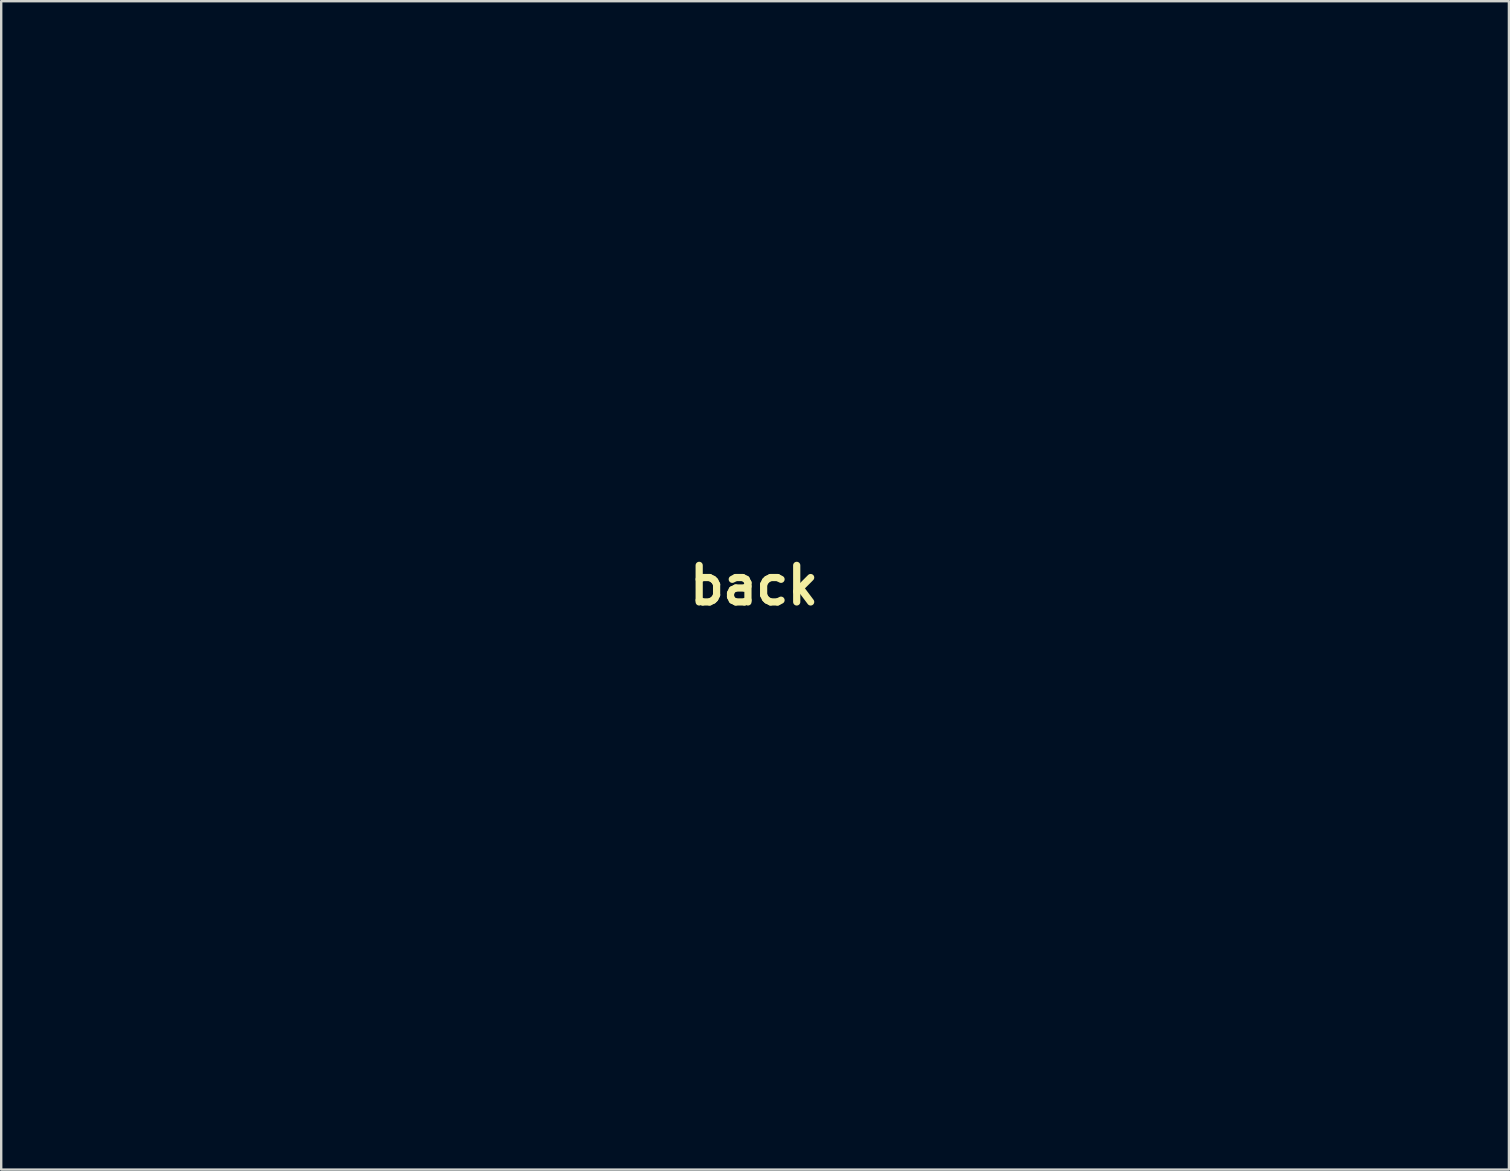
<source format=kicad_pcb>
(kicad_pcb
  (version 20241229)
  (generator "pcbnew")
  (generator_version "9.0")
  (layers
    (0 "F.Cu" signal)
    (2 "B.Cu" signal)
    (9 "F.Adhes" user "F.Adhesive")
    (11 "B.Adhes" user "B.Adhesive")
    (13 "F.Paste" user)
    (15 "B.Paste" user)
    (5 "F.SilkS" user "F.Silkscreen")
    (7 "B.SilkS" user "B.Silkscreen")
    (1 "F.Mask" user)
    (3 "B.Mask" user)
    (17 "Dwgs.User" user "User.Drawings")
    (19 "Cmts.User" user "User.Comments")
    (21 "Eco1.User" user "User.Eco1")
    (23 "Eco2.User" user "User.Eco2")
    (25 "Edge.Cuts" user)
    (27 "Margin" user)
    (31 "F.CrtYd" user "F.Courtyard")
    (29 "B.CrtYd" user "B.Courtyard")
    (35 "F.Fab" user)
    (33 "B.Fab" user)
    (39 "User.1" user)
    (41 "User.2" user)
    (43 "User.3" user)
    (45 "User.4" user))
  (footprint "back"
    (layer "F.Cu")
    (at 28.368 21.341)
    (property "Reference" "back" (at 0 0 0) (layer "F.SilkS") (effects (font (size 1.524 1.524) (thickness 0.3))))
    (attr through_hole)
    (fp_poly (pts (xy 24.13 4.106) (xy 24.088 4.149) (xy 24.045 4.106) (xy 24.088 4.064) (xy 24.13 4.106)) (stroke (width 0.01) (type solid)) (fill yes) (layer "F.Mask"))
    (fp_poly (pts (xy -6.786 -14.393) (xy -6.71 -14.149) (xy -6.711 -14.023) (xy -6.805 -13.976) (xy -6.943 -13.97) (xy -7.12 -13.988) (xy -7.193 -14.033) (xy -7.193 -14.034) (xy -7.154 -14.143) (xy -7.062 -14.335) (xy -7.036 -14.385) (xy -6.883 -14.672) (xy -6.786 -14.393)) (stroke (width 0.01) (type solid)) (fill yes) (layer "F.Mask"))
    (fp_poly (pts (xy -3.984 -17.422) (xy -3.903 -17.345) (xy -3.895 -17.272) (xy -3.928 -17.155) (xy -4.06 -17.108) (xy -4.186 -17.103) (xy -4.397 -17.125) (xy -4.524 -17.18) (xy -4.53 -17.187) (xy -4.546 -17.324) (xy -4.415 -17.413) (xy -4.186 -17.441) (xy -3.984 -17.422)) (stroke (width 0.01) (type solid)) (fill yes) (layer "F.Mask"))
    (fp_poly (pts (xy -3.913 -14.755) (xy -3.895 -14.617) (xy -3.895 -14.61) (xy -3.938 -14.447) (xy -4.079 -14.399) (xy -4.334 -14.462) (xy -4.389 -14.483) (xy -4.536 -14.584) (xy -4.53 -14.687) (xy -4.384 -14.769) (xy -4.206 -14.801) (xy -4 -14.806) (xy -3.913 -14.755)) (stroke (width 0.01) (type solid)) (fill yes) (layer "F.Mask"))
    (fp_poly (pts (xy -3.907 -12.131) (xy -3.895 -11.991) (xy -3.916 -11.84) (xy -4.012 -11.779) (xy -4.186 -11.769) (xy -4.398 -11.793) (xy -4.528 -11.853) (xy -4.534 -11.861) (xy -4.539 -11.992) (xy -4.382 -12.099) (xy -4.167 -12.159) (xy -3.981 -12.183) (xy -3.907 -12.131)) (stroke (width 0.01) (type solid)) (fill yes) (layer "F.Mask"))
    (fp_poly (pts (xy -6.853 -17.171) (xy -6.759 -16.993) (xy -6.74 -16.954) (xy -6.6 -16.679) (xy -6.898 -16.679) (xy -7.095 -16.691) (xy -7.194 -16.72) (xy -7.197 -16.726) (xy -7.163 -16.829) (xy -7.083 -16.992) (xy -6.991 -17.153) (xy -6.921 -17.252) (xy -6.905 -17.259) (xy -6.853 -17.171)) (stroke (width 0.01) (type solid)) (fill yes) (layer "F.Mask"))
    (fp_poly (pts (xy -6.853 -11.837) (xy -6.759 -11.659) (xy -6.74 -11.62) (xy -6.6 -11.345) (xy -6.898 -11.345) (xy -7.095 -11.357) (xy -7.194 -11.386) (xy -7.197 -11.392) (xy -7.163 -11.495) (xy -7.083 -11.658) (xy -6.991 -11.819) (xy -6.921 -11.918) (xy -6.905 -11.925) (xy -6.853 -11.837)) (stroke (width 0.01) (type solid)) (fill yes) (layer "F.Mask"))
    (fp_poly (pts (xy -3.983 -16.748) (xy -3.907 -16.667) (xy -3.895 -16.51) (xy -3.913 -16.336) (xy -4.002 -16.267) (xy -4.175 -16.256) (xy -4.424 -16.294) (xy -4.619 -16.383) (xy -4.733 -16.485) (xy -4.712 -16.56) (xy -4.619 -16.637) (xy -4.418 -16.727) (xy -4.175 -16.764) (xy -3.983 -16.748)) (stroke (width 0.01) (type solid)) (fill yes) (layer "F.Mask"))
    (fp_poly (pts (xy -3.983 -11.414) (xy -3.907 -11.333) (xy -3.895 -11.176) (xy -3.913 -11.002) (xy -4.002 -10.933) (xy -4.175 -10.922) (xy -4.424 -10.96) (xy -4.619 -11.049) (xy -4.733 -11.151) (xy -4.712 -11.226) (xy -4.619 -11.303) (xy -4.418 -11.393) (xy -4.175 -11.43) (xy -3.983 -11.414)) (stroke (width 0.01) (type solid)) (fill yes) (layer "F.Mask"))
    (fp_poly (pts (xy -9.36 -12.165) (xy -9.318 -12.07) (xy -9.313 -11.938) (xy -9.331 -11.764) (xy -9.42 -11.696) (xy -9.596 -11.684) (xy -9.805 -11.699) (xy -9.93 -11.737) (xy -9.934 -11.74) (xy -10.002 -11.897) (xy -9.926 -12.044) (xy -9.732 -12.138) (xy -9.726 -12.139) (xy -9.482 -12.181) (xy -9.36 -12.165)) (stroke (width 0.01) (type solid)) (fill yes) (layer "F.Mask"))
    (fp_poly (pts (xy -9.334 -14.757) (xy -9.314 -14.613) (xy -9.313 -14.568) (xy -9.334 -14.385) (xy -9.427 -14.317) (xy -9.546 -14.31) (xy -9.762 -14.336) (xy -9.893 -14.384) (xy -9.975 -14.518) (xy -9.977 -14.615) (xy -9.898 -14.735) (xy -9.696 -14.794) (xy -9.63 -14.801) (xy -9.423 -14.808) (xy -9.334 -14.757)) (stroke (width 0.01) (type solid)) (fill yes) (layer "F.Mask"))
    (fp_poly (pts (xy -4.035 -14.045) (xy -3.927 -14) (xy -3.896 -13.893) (xy -3.895 -13.843) (xy -3.914 -13.704) (xy -4.006 -13.644) (xy -4.216 -13.631) (xy -4.451 -13.655) (xy -4.616 -13.713) (xy -4.633 -13.726) (xy -4.707 -13.871) (xy -4.631 -13.982) (xy -4.42 -14.046) (xy -4.267 -14.055) (xy -4.035 -14.045)) (stroke (width 0.01) (type solid)) (fill yes) (layer "F.Mask"))
    (fp_poly (pts (xy -22.637 14.997) (xy -22.544 15.055) (xy -22.522 15.198) (xy -22.521 15.24) (xy -22.535 15.405) (xy -22.61 15.477) (xy -22.795 15.494) (xy -22.85 15.494) (xy -23.102 15.461) (xy -23.273 15.378) (xy -23.283 15.367) (xy -23.339 15.21) (xy -23.248 15.082) (xy -23.036 15.002) (xy -22.85 14.986) (xy -22.637 14.997)) (stroke (width 0.01) (type solid)) (fill yes) (layer "F.Mask"))
    (fp_poly (pts (xy -9.434 -17.43) (xy -9.337 -17.375) (xy -9.313 -17.248) (xy -9.313 -17.23) (xy -9.337 -17.084) (xy -9.442 -17.026) (xy -9.596 -17.018) (xy -9.805 -17.033) (xy -9.93 -17.071) (xy -9.934 -17.074) (xy -9.983 -17.199) (xy -9.991 -17.286) (xy -9.957 -17.389) (xy -9.826 -17.434) (xy -9.652 -17.441) (xy -9.434 -17.43)) (stroke (width 0.01) (type solid)) (fill yes) (layer "F.Mask"))
    (fp_poly (pts (xy 19.911 -12.933) (xy 19.971 -12.836) (xy 19.981 -12.658) (xy 19.968 -12.459) (xy 19.895 -12.377) (xy 19.714 -12.361) (xy 19.702 -12.361) (xy 19.478 -12.39) (xy 19.323 -12.461) (xy 19.321 -12.463) (xy 19.231 -12.635) (xy 19.286 -12.791) (xy 19.465 -12.906) (xy 19.743 -12.954) (xy 19.764 -12.954) (xy 19.911 -12.933)) (stroke (width 0.01) (type solid)) (fill yes) (layer "F.Mask"))
    (fp_poly (pts (xy 26.026 -15.861) (xy 26.249 -15.684) (xy 26.364 -15.496) (xy 26.404 -15.282) (xy 26.393 -15.034) (xy 26.306 -14.674) (xy 26.141 -14.432) (xy 25.92 -14.321) (xy 25.669 -14.354) (xy 25.438 -14.516) (xy 25.288 -14.768) (xy 25.23 -15.089) (xy 25.261 -15.421) (xy 25.378 -15.706) (xy 25.519 -15.853) (xy 25.761 -15.922) (xy 26.026 -15.861)) (stroke (width 0.01) (type solid)) (fill yes) (layer "F.Mask"))
    (fp_poly (pts (xy -19.863 15.068) (xy -19.669 15.224) (xy -19.546 15.485) (xy -19.5 15.802) (xy -19.536 16.122) (xy -19.662 16.395) (xy -19.699 16.441) (xy -19.914 16.57) (xy -20.178 16.591) (xy -20.421 16.507) (xy -20.527 16.406) (xy -20.617 16.173) (xy -20.655 15.858) (xy -20.637 15.54) (xy -20.569 15.315) (xy -20.38 15.123) (xy -20.112 15.036) (xy -19.863 15.068)) (stroke (width 0.01) (type solid)) (fill yes) (layer "F.Mask"))
    (fp_poly (pts (xy -16.438 12.069) (xy -16.257 12.27) (xy -16.176 12.607) (xy -16.171 12.737) (xy -16.213 13.139) (xy -16.341 13.401) (xy -16.561 13.53) (xy -16.713 13.547) (xy -16.971 13.496) (xy -17.132 13.392) (xy -17.234 13.173) (xy -17.272 12.809) (xy -17.272 12.77) (xy -17.227 12.382) (xy -17.09 12.132) (xy -16.856 12.013) (xy -16.722 12.002) (xy -16.438 12.069)) (stroke (width 0.01) (type solid)) (fill yes) (layer "F.Mask"))
    (fp_poly (pts (xy 22.74 -12.8) (xy 22.932 -12.595) (xy 23.022 -12.258) (xy 23.029 -12.103) (xy 22.976 -11.734) (xy 22.833 -11.461) (xy 22.624 -11.304) (xy 22.374 -11.28) (xy 22.106 -11.407) (xy 22.091 -11.419) (xy 21.972 -11.548) (xy 21.911 -11.726) (xy 21.892 -12.008) (xy 21.891 -12.045) (xy 21.934 -12.454) (xy 22.074 -12.723) (xy 22.31 -12.855) (xy 22.45 -12.869) (xy 22.74 -12.8)) (stroke (width 0.01) (type solid)) (fill yes) (layer "F.Mask"))
    (fp_poly (pts (xy 22.243 -2.662) (xy 22.314 -2.527) (xy 22.411 -2.356) (xy 22.583 -2.15) (xy 22.652 -2.082) (xy 22.774 -1.951) (xy 22.876 -1.795) (xy 22.971 -1.58) (xy 23.072 -1.273) (xy 23.194 -0.842) (xy 23.227 -0.72) (xy 23.397 -0.057) (xy 23.512 0.478) (xy 23.575 0.92) (xy 23.588 1.301) (xy 23.553 1.655) (xy 23.472 2.013) (xy 23.416 2.199) (xy 23.287 2.57) (xy 23.144 2.925) (xy 23.002 3.229) (xy 22.878 3.448) (xy 22.789 3.548) (xy 22.775 3.551) (xy 22.678 3.519) (xy 22.481 3.444) (xy 22.368 3.399) (xy 22.018 3.171) (xy 21.707 2.8) (xy 21.448 2.311) (xy 21.258 1.728) (xy 21.213 1.517) (xy 21.124 0.854) (xy 21.088 0.123) (xy 21.105 -0.606) (xy 21.175 -1.265) (xy 21.21 -1.455) (xy 21.289 -1.793) (xy 21.375 -2.022) (xy 21.499 -2.2) (xy 21.691 -2.385) (xy 21.697 -2.389) (xy 21.958 -2.601) (xy 22.132 -2.69) (xy 22.243 -2.662)) (stroke (width 0.01) (type solid)) (fill yes) (layer "F.Mask"))
    (fp_poly (pts (xy 17.839 -2.676) (xy 17.896 -2.574) (xy 17.905 -2.545) (xy 18 -2.389) (xy 18.173 -2.195) (xy 18.239 -2.134) (xy 18.37 -2.003) (xy 18.482 -1.844) (xy 18.587 -1.631) (xy 18.693 -1.339) (xy 18.811 -0.942) (xy 18.953 -0.413) (xy 19.004 -0.215) (xy 19.152 0.478) (xy 19.208 1.078) (xy 19.175 1.633) (xy 19.052 2.194) (xy 19.041 2.235) (xy 18.925 2.576) (xy 18.785 2.914) (xy 18.64 3.213) (xy 18.508 3.436) (xy 18.407 3.547) (xy 18.386 3.553) (xy 18.284 3.516) (xy 18.085 3.426) (xy 17.953 3.362) (xy 17.605 3.105) (xy 17.294 2.717) (xy 17.044 2.234) (xy 16.879 1.693) (xy 16.86 1.598) (xy 16.813 1.206) (xy 16.784 0.707) (xy 16.771 0.148) (xy 16.776 -0.421) (xy 16.798 -0.953) (xy 16.837 -1.398) (xy 16.874 -1.632) (xy 16.953 -1.938) (xy 17.064 -2.148) (xy 17.252 -2.337) (xy 17.347 -2.415) (xy 17.597 -2.604) (xy 17.75 -2.689) (xy 17.839 -2.676)) (stroke (width 0.01) (type solid)) (fill yes) (layer "F.Mask"))
    (fp_poly (pts (xy -7.227 11.758) (xy -7.132 11.957) (xy -7.007 12.249) (xy -6.902 12.509) (xy -6.766 12.853) (xy -6.652 13.134) (xy -6.575 13.317) (xy -6.551 13.369) (xy -6.461 13.396) (xy -6.239 13.443) (xy -5.922 13.503) (xy -5.621 13.556) (xy -5.251 13.621) (xy -4.948 13.68) (xy -4.747 13.724) (xy -4.684 13.745) (xy -4.731 13.81) (xy -4.882 13.958) (xy -5.115 14.165) (xy -5.333 14.35) (xy -5.688 14.662) (xy -5.902 14.888) (xy -5.98 15.034) (xy -5.978 15.059) (xy -5.948 15.216) (xy -5.91 15.479) (xy -5.869 15.807) (xy -5.83 16.159) (xy -5.796 16.491) (xy -5.773 16.764) (xy -5.765 16.936) (xy -5.769 16.973) (xy -5.849 16.944) (xy -6.044 16.842) (xy -6.323 16.684) (xy -6.647 16.491) (xy -7.493 15.976) (xy -8.327 16.418) (xy -8.664 16.592) (xy -8.942 16.726) (xy -9.131 16.807) (xy -9.198 16.823) (xy -9.194 16.731) (xy -9.154 16.51) (xy -9.085 16.196) (xy -9.014 15.902) (xy -8.793 15.019) (xy -9.52 14.309) (xy -9.795 14.031) (xy -10.012 13.794) (xy -10.148 13.623) (xy -10.183 13.542) (xy -10.182 13.541) (xy -10.076 13.509) (xy -9.839 13.467) (xy -9.508 13.42) (xy -9.187 13.382) (xy -8.813 13.34) (xy -8.509 13.304) (xy -8.309 13.277) (xy -8.247 13.265) (xy -8.204 13.191) (xy -8.093 13) (xy -7.933 12.725) (xy -7.784 12.467) (xy -7.594 12.147) (xy -7.433 11.891) (xy -7.32 11.727) (xy -7.278 11.684) (xy -7.227 11.758)) (stroke (width 0.01) (type solid)) (fill yes) (layer "F.Mask"))
    (fp_poly (pts (xy -2.879 -15.748) (xy -11.345 -15.748) (xy -11.345 -15.917) (xy -11.043 -15.917) (xy -10.661 -15.917) (xy -10.417 -15.934) (xy -10.233 -16.006) (xy -10.039 -16.165) (xy -9.948 -16.256) (xy -9.739 -16.444) (xy -9.552 -16.567) (xy -9.465 -16.595) (xy -9.364 -16.559) (xy -9.32 -16.425) (xy -9.313 -16.256) (xy -9.313 -15.917) (xy -8.636 -15.917) (xy -8.636 -15.981) (xy -8.207 -15.981) (xy -8.136 -15.941) (xy -7.951 -15.919) (xy -7.88 -15.917) (xy -7.644 -15.939) (xy -7.524 -16.019) (xy -7.493 -16.087) (xy -7.437 -16.183) (xy -7.321 -16.235) (xy -7.099 -16.254) (xy -6.94 -16.256) (xy -6.644 -16.246) (xy -6.47 -16.206) (xy -6.373 -16.124) (xy -6.35 -16.087) (xy -6.228 -15.965) (xy -6.007 -15.919) (xy -5.924 -15.917) (xy -5.589 -15.917) (xy -5.857 -16.456) (xy -5.395 -16.456) (xy -5.385 -16.389) (xy -5.29 -16.194) (xy -5.105 -16.057) (xy -4.809 -15.971) (xy -4.38 -15.928) (xy -4.043 -15.921) (xy -3.217 -15.917) (xy -3.217 -17.865) (xy -3.931 -17.865) (xy -4.294 -17.854) (xy -4.619 -17.826) (xy -4.847 -17.786) (xy -4.882 -17.775) (xy -5.144 -17.625) (xy -5.243 -17.442) (xy -5.176 -17.233) (xy -5.064 -17.106) (xy -4.952 -16.984) (xy -4.972 -16.936) (xy -5.009 -16.933) (xy -5.201 -16.859) (xy -5.344 -16.679) (xy -5.395 -16.456) (xy -5.857 -16.456) (xy -6.075 -16.895) (xy -6.562 -17.872) (xy -6.938 -17.847) (xy -7.315 -17.822) (xy -7.758 -16.933) (xy -7.933 -16.579) (xy -8.076 -16.281) (xy -8.172 -16.07) (xy -8.207 -15.981) (xy -8.636 -15.981) (xy -8.636 -17.865) (xy -9.358 -17.865) (xy -9.934 -17.834) (xy -10.354 -17.743) (xy -10.617 -17.591) (xy -10.709 -17.445) (xy -10.702 -17.231) (xy -10.594 -16.999) (xy -10.425 -16.824) (xy -10.36 -16.79) (xy -10.318 -16.734) (xy -10.376 -16.618) (xy -10.547 -16.422) (xy -10.637 -16.329) (xy -11.043 -15.917) (xy -11.345 -15.917) (xy -11.345 -18.119) (xy -2.879 -18.119) (xy -2.879 -15.748)) (stroke (width 0.01) (type solid)) (fill yes) (layer "F.Mask"))
    (fp_poly (pts (xy -2.879 -10.414) (xy -11.345 -10.414) (xy -11.345 -10.583) (xy -11.043 -10.583) (xy -10.661 -10.583) (xy -10.417 -10.6) (xy -10.233 -10.672) (xy -10.039 -10.831) (xy -9.948 -10.922) (xy -9.739 -11.11) (xy -9.552 -11.233) (xy -9.465 -11.261) (xy -9.364 -11.225) (xy -9.32 -11.091) (xy -9.313 -10.922) (xy -9.313 -10.583) (xy -8.636 -10.583) (xy -8.636 -10.654) (xy -8.199 -10.654) (xy -8.142 -10.61) (xy -7.967 -10.585) (xy -7.887 -10.583) (xy -7.649 -10.604) (xy -7.528 -10.68) (xy -7.493 -10.753) (xy -7.437 -10.849) (xy -7.321 -10.901) (xy -7.099 -10.92) (xy -6.94 -10.922) (xy -6.644 -10.912) (xy -6.47 -10.872) (xy -6.373 -10.79) (xy -6.35 -10.753) (xy -6.228 -10.631) (xy -6.007 -10.585) (xy -5.924 -10.583) (xy -5.589 -10.583) (xy -5.854 -11.117) (xy -5.394 -11.117) (xy -5.383 -11.047) (xy -5.277 -10.853) (xy -5.059 -10.715) (xy -4.714 -10.63) (xy -4.226 -10.59) (xy -4 -10.587) (xy -3.217 -10.583) (xy -3.217 -12.531) (xy -3.985 -12.531) (xy -4.483 -12.513) (xy -4.837 -12.457) (xy -5.07 -12.357) (xy -5.185 -12.243) (xy -5.243 -12.054) (xy -5.15 -11.862) (xy -5.064 -11.772) (xy -4.952 -11.65) (xy -4.972 -11.602) (xy -5.009 -11.599) (xy -5.202 -11.525) (xy -5.345 -11.344) (xy -5.394 -11.117) (xy -5.854 -11.117) (xy -6.074 -11.557) (xy -6.558 -12.531) (xy -6.941 -12.531) (xy -7.324 -12.531) (xy -7.747 -11.628) (xy -7.915 -11.268) (xy -8.057 -10.963) (xy -8.157 -10.747) (xy -8.199 -10.654) (xy -8.636 -10.654) (xy -8.636 -12.531) (xy -9.402 -12.531) (xy -9.939 -12.507) (xy -10.326 -12.433) (xy -10.578 -12.305) (xy -10.707 -12.117) (xy -10.709 -12.111) (xy -10.705 -11.87) (xy -10.57 -11.639) (xy -10.402 -11.508) (xy -10.316 -11.452) (xy -10.301 -11.385) (xy -10.371 -11.276) (xy -10.542 -11.092) (xy -10.634 -10.998) (xy -11.043 -10.583) (xy -11.345 -10.583) (xy -11.345 -12.785) (xy -2.879 -12.785) (xy -2.879 -10.414)) (stroke (width 0.01) (type solid)) (fill yes) (layer "F.Mask"))
    (fp_poly (pts (xy 22.25 11.645) (xy 22.537 11.66) (xy 22.755 11.699) (xy 22.954 11.772) (xy 23.186 11.887) (xy 23.269 11.932) (xy 23.848 12.328) (xy 24.307 12.831) (xy 24.627 13.377) (xy 24.731 13.613) (xy 24.796 13.832) (xy 24.832 14.082) (xy 24.847 14.416) (xy 24.85 14.732) (xy 24.845 15.152) (xy 24.826 15.452) (xy 24.783 15.684) (xy 24.709 15.896) (xy 24.62 16.089) (xy 24.287 16.611) (xy 23.841 17.089) (xy 23.334 17.472) (xy 23.126 17.587) (xy 22.66 17.748) (xy 22.108 17.835) (xy 21.538 17.844) (xy 21.02 17.77) (xy 20.9 17.737) (xy 20.365 17.487) (xy 19.858 17.106) (xy 19.417 16.634) (xy 19.08 16.109) (xy 18.921 15.715) (xy 18.788 14.995) (xy 18.799 14.653) (xy 18.971 14.653) (xy 19.034 14.726) (xy 19.095 14.732) (xy 19.234 14.798) (xy 19.285 14.949) (xy 19.227 15.103) (xy 19.173 15.273) (xy 19.189 15.368) (xy 19.242 15.468) (xy 19.306 15.433) (xy 19.364 15.358) (xy 19.44 15.161) (xy 19.436 15.028) (xy 19.398 14.799) (xy 19.39 14.666) (xy 19.336 14.496) (xy 19.214 14.411) (xy 19.083 14.441) (xy 19.043 14.487) (xy 18.971 14.653) (xy 18.799 14.653) (xy 18.811 14.287) (xy 18.98 13.613) (xy 19.285 12.995) (xy 19.537 12.684) (xy 20.83 12.684) (xy 20.94 12.737) (xy 21.213 12.793) (xy 21.648 12.848) (xy 21.777 12.862) (xy 22.424 12.947) (xy 22.944 13.067) (xy 23.377 13.238) (xy 23.764 13.474) (xy 23.986 13.649) (xy 24.159 13.792) (xy 24.269 13.874) (xy 24.284 13.882) (xy 24.262 13.818) (xy 24.178 13.653) (xy 24.118 13.543) (xy 23.807 13.158) (xy 23.366 12.86) (xy 22.813 12.655) (xy 22.167 12.551) (xy 21.492 12.551) (xy 21.104 12.589) (xy 20.884 12.634) (xy 20.83 12.684) (xy 19.537 12.684) (xy 19.719 12.458) (xy 20.272 12.023) (xy 20.405 11.945) (xy 20.66 11.809) (xy 20.864 11.721) (xy 21.068 11.671) (xy 21.321 11.648) (xy 21.674 11.642) (xy 21.844 11.642) (xy 22.25 11.645)) (stroke (width 0.01) (type solid)) (fill yes) (layer "F.Mask"))
    (fp_poly (pts (xy 3.846 10.334) (xy 4.132 10.382) (xy 4.248 10.43) (xy 4.603 10.599) (xy 5.082 10.737) (xy 5.402 10.797) (xy 5.661 10.817) (xy 5.872 10.764) (xy 6.109 10.627) (xy 6.327 10.495) (xy 6.496 10.444) (xy 6.698 10.463) (xy 6.866 10.501) (xy 7.281 10.6) (xy 7.281 11.857) (xy 7.277 12.3) (xy 7.266 12.68) (xy 7.249 12.966) (xy 7.228 13.128) (xy 7.218 13.152) (xy 7.106 13.164) (xy 6.879 13.156) (xy 6.646 13.136) (xy 6.138 13.081) (xy 6.113 12.774) (xy 6.009 12.455) (xy 5.779 12.203) (xy 5.461 12.038) (xy 5.092 11.98) (xy 4.755 12.034) (xy 4.571 12.107) (xy 4.505 12.205) (xy 4.521 12.392) (xy 4.529 12.434) (xy 4.568 12.615) (xy 4.623 12.78) (xy 4.711 12.962) (xy 4.848 13.191) (xy 5.052 13.498) (xy 5.316 13.879) (xy 5.788 14.643) (xy 6.131 15.413) (xy 6.372 16.253) (xy 6.402 16.392) (xy 6.465 16.71) (xy 6.487 16.923) (xy 6.464 17.091) (xy 6.391 17.274) (xy 6.311 17.434) (xy 6.189 17.653) (xy 6.056 17.815) (xy 5.872 17.957) (xy 5.594 18.114) (xy 5.419 18.203) (xy 5.118 18.352) (xy 4.881 18.465) (xy 4.743 18.525) (xy 4.722 18.531) (xy 4.633 18.515) (xy 4.425 18.485) (xy 4.216 18.458) (xy 3.798 18.361) (xy 3.384 18.166) (xy 3.225 18.067) (xy 2.978 17.895) (xy 4.953 17.895) (xy 5.24 17.732) (xy 5.478 17.541) (xy 5.672 17.296) (xy 5.684 17.273) (xy 5.808 16.891) (xy 5.831 16.554) (xy 5.819 16.129) (xy 5.765 16.512) (xy 5.653 16.905) (xy 5.417 17.321) (xy 5.13 17.689) (xy 4.953 17.895) (xy 2.978 17.895) (xy 2.935 17.865) (xy 2.75 17.684) (xy 2.62 17.469) (xy 2.544 17.286) (xy 2.447 17.023) (xy 2.395 16.82) (xy 2.388 16.629) (xy 2.428 16.398) (xy 2.515 16.079) (xy 2.575 15.879) (xy 2.793 14.978) (xy 2.897 14.127) (xy 2.888 13.344) (xy 2.764 12.652) (xy 2.594 12.197) (xy 2.468 11.898) (xy 2.399 11.612) (xy 2.373 11.263) (xy 2.371 11.085) (xy 2.371 10.433) (xy 2.646 10.385) (xy 3.055 10.334) (xy 3.471 10.317) (xy 3.846 10.334)) (stroke (width 0.01) (type solid)) (fill yes) (layer "F.Mask"))
    (fp_poly (pts (xy -2.879 -13.039) (xy -11.345 -13.039) (xy -11.345 -13.269) (xy -11.007 -13.269) (xy -10.931 -13.232) (xy -10.741 -13.21) (xy -10.643 -13.208) (xy -10.422 -13.224) (xy -10.247 -13.29) (xy -10.059 -13.439) (xy -9.906 -13.589) (xy -9.695 -13.788) (xy -9.519 -13.926) (xy -9.428 -13.97) (xy -9.353 -13.892) (xy -9.304 -13.683) (xy -9.297 -13.61) (xy -9.271 -13.384) (xy -9.208 -13.275) (xy -9.062 -13.234) (xy -8.954 -13.224) (xy -8.636 -13.198) (xy -8.636 -13.271) (xy -8.213 -13.271) (xy -8.138 -13.231) (xy -7.951 -13.209) (xy -7.888 -13.208) (xy -7.654 -13.231) (xy -7.522 -13.321) (xy -7.466 -13.42) (xy -7.389 -13.544) (xy -7.272 -13.608) (xy -7.061 -13.63) (xy -6.916 -13.631) (xy -6.644 -13.622) (xy -6.489 -13.581) (xy -6.4 -13.487) (xy -6.365 -13.42) (xy -6.255 -13.268) (xy -6.072 -13.212) (xy -5.971 -13.208) (xy -5.774 -13.228) (xy -5.675 -13.278) (xy -5.673 -13.289) (xy -5.707 -13.394) (xy -5.799 -13.618) (xy -5.839 -13.707) (xy -5.394 -13.707) (xy -5.258 -13.513) (xy -5.056 -13.376) (xy -4.787 -13.286) (xy -4.418 -13.235) (xy -3.916 -13.215) (xy -3.217 -13.208) (xy -3.217 -15.155) (xy -4.045 -15.155) (xy -4.488 -15.146) (xy -4.793 -15.117) (xy -4.991 -15.063) (xy -5.061 -15.024) (xy -5.219 -14.838) (xy -5.23 -14.632) (xy -5.122 -14.477) (xy -5.051 -14.39) (xy -5.089 -14.293) (xy -5.206 -14.175) (xy -5.384 -13.936) (xy -5.394 -13.707) (xy -5.839 -13.707) (xy -5.936 -13.927) (xy -6.09 -14.263) (xy -6.508 -15.155) (xy -7.336 -15.155) (xy -7.775 -14.245) (xy -7.946 -13.886) (xy -8.085 -13.582) (xy -8.179 -13.367) (xy -8.213 -13.271) (xy -8.636 -13.271) (xy -8.636 -15.155) (xy -9.487 -15.155) (xy -9.879 -15.152) (xy -10.142 -15.138) (xy -10.314 -15.105) (xy -10.434 -15.045) (xy -10.541 -14.951) (xy -10.545 -14.948) (xy -10.687 -14.77) (xy -10.752 -14.619) (xy -10.753 -14.609) (xy -10.691 -14.448) (xy -10.547 -14.276) (xy -10.383 -14.158) (xy -10.311 -14.139) (xy -10.313 -14.086) (xy -10.416 -13.945) (xy -10.596 -13.746) (xy -10.608 -13.734) (xy -10.81 -13.521) (xy -10.953 -13.353) (xy -11.007 -13.269) (xy -11.345 -13.269) (xy -11.345 -15.409) (xy -2.879 -15.409) (xy -2.879 -13.039)) (stroke (width 0.01) (type solid)) (fill yes) (layer "F.Mask"))
    (fp_poly (pts (xy 9.531 10.457) (xy 9.725 10.524) (xy 9.92 10.614) (xy 10.27 10.751) (xy 10.655 10.856) (xy 10.837 10.886) (xy 11.132 10.906) (xy 11.338 10.876) (xy 11.534 10.778) (xy 11.614 10.725) (xy 11.814 10.601) (xy 11.975 10.556) (xy 12.174 10.579) (xy 12.334 10.617) (xy 12.742 10.721) (xy 12.766 12.007) (xy 12.789 13.293) (xy 12.459 13.293) (xy 12.16 13.278) (xy 11.882 13.243) (xy 11.864 13.24) (xy 11.677 13.178) (xy 11.607 13.055) (xy 11.599 12.922) (xy 11.54 12.659) (xy 11.397 12.405) (xy 11.272 12.268) (xy 11.142 12.192) (xy 10.951 12.159) (xy 10.645 12.151) (xy 10.642 12.151) (xy 10.35 12.159) (xy 10.128 12.181) (xy 10.029 12.21) (xy 9.995 12.356) (xy 10.054 12.612) (xy 10.194 12.952) (xy 10.404 13.35) (xy 10.675 13.782) (xy 10.725 13.855) (xy 11.243 14.69) (xy 11.617 15.5) (xy 11.861 16.318) (xy 11.898 16.493) (xy 11.956 16.816) (xy 11.975 17.033) (xy 11.949 17.208) (xy 11.873 17.401) (xy 11.797 17.56) (xy 11.671 17.794) (xy 11.538 17.961) (xy 11.355 18.101) (xy 11.076 18.255) (xy 10.952 18.317) (xy 10.643 18.46) (xy 10.378 18.565) (xy 10.205 18.614) (xy 10.18 18.615) (xy 10.012 18.597) (xy 9.752 18.566) (xy 9.61 18.548) (xy 9.13 18.416) (xy 8.681 18.166) (xy 8.335 17.853) (xy 10.634 17.853) (xy 10.695 17.853) (xy 10.857 17.722) (xy 10.998 17.579) (xy 11.145 17.337) (xy 11.251 17.008) (xy 11.301 16.662) (xy 11.28 16.37) (xy 11.262 16.315) (xy 11.218 16.239) (xy 11.193 16.298) (xy 11.182 16.508) (xy 11.181 16.559) (xy 11.161 16.829) (xy 11.089 17.06) (xy 10.942 17.319) (xy 10.838 17.472) (xy 10.679 17.724) (xy 10.634 17.853) (xy 8.335 17.853) (xy 8.309 17.828) (xy 8.058 17.437) (xy 8.052 17.424) (xy 7.941 17.129) (xy 7.89 16.89) (xy 7.901 16.648) (xy 7.973 16.345) (xy 8.052 16.087) (xy 8.195 15.552) (xy 8.308 14.95) (xy 8.385 14.341) (xy 8.416 13.786) (xy 8.406 13.448) (xy 8.285 12.838) (xy 8.075 12.286) (xy 7.903 11.87) (xy 7.815 11.529) (xy 7.799 11.197) (xy 7.843 10.823) (xy 7.894 10.513) (xy 8.681 10.454) (xy 9.063 10.429) (xy 9.328 10.428) (xy 9.531 10.457)) (stroke (width 0.01) (type solid)) (fill yes) (layer "F.Mask"))
    (fp_poly (pts (xy -21.37 -19.821) (xy -21.277 -19.618) (xy -21.15 -19.315) (xy -21.001 -18.941) (xy -20.97 -18.86) (xy -20.763 -18.286) (xy -20.633 -17.843) (xy -20.576 -17.511) (xy -20.573 -17.42) (xy -20.561 -17.186) (xy -20.529 -17.041) (xy -20.507 -17.018) (xy -20.401 -17.008) (xy -20.163 -16.981) (xy -19.829 -16.941) (xy -19.446 -16.895) (xy -18.845 -16.806) (xy -18.382 -16.694) (xy -18.029 -16.534) (xy -17.757 -16.302) (xy -17.538 -15.975) (xy -17.343 -15.528) (xy -17.152 -14.96) (xy -16.88 -14.093) (xy -17.108 -12.994) (xy -17.342 -11.997) (xy -17.597 -11.162) (xy -17.877 -10.482) (xy -18.183 -9.95) (xy -18.52 -9.56) (xy -18.648 -9.454) (xy -18.846 -9.322) (xy -19.115 -9.165) (xy -19.412 -9.005) (xy -19.694 -8.864) (xy -19.918 -8.765) (xy -20.04 -8.729) (xy -20.042 -8.729) (xy -20.162 -8.755) (xy -20.369 -8.806) (xy -20.405 -8.816) (xy -20.598 -8.84) (xy -20.919 -8.854) (xy -21.327 -8.856) (xy -21.781 -8.846) (xy -21.891 -8.841) (xy -22.514 -8.824) (xy -22.999 -8.846) (xy -23.373 -8.924) (xy -23.666 -9.079) (xy -23.906 -9.328) (xy -24.124 -9.689) (xy -24.255 -9.978) (xy -20.534 -9.978) (xy -20.488 -9.861) (xy -20.484 -9.854) (xy -20.385 -9.705) (xy -20.318 -9.652) (xy -20.224 -9.7) (xy -20.042 -9.822) (xy -19.883 -9.94) (xy -19.542 -10.266) (xy -19.196 -10.714) (xy -18.872 -11.237) (xy -18.6 -11.792) (xy -18.429 -12.255) (xy -18.337 -12.569) (xy -18.271 -12.809) (xy -18.243 -12.94) (xy -18.244 -12.954) (xy -18.297 -12.887) (xy -18.425 -12.702) (xy -18.611 -12.425) (xy -18.839 -12.08) (xy -18.953 -11.904) (xy -19.199 -11.532) (xy -19.416 -11.214) (xy -19.587 -10.976) (xy -19.693 -10.843) (xy -19.715 -10.824) (xy -19.814 -10.755) (xy -19.995 -10.603) (xy -20.193 -10.425) (xy -20.407 -10.219) (xy -20.514 -10.084) (xy -20.534 -9.978) (xy -24.255 -9.978) (xy -24.347 -10.181) (xy -24.469 -10.478) (xy -24.661 -10.992) (xy -24.813 -11.491) (xy -24.938 -12.022) (xy -25.044 -12.629) (xy -25.143 -13.359) (xy -25.146 -13.377) (xy -25.191 -13.82) (xy -25.201 -14.189) (xy -25.174 -14.562) (xy -25.109 -15.018) (xy -25.024 -15.454) (xy -24.929 -15.81) (xy -24.833 -16.047) (xy -24.812 -16.081) (xy -24.56 -16.325) (xy -24.185 -16.553) (xy -23.729 -16.743) (xy -23.239 -16.873) (xy -23.182 -16.883) (xy -22.587 -16.983) (xy -23.041 -17.324) (xy -23.354 -17.526) (xy -23.748 -17.731) (xy -24.138 -17.898) (xy -24.154 -17.904) (xy -24.462 -18.021) (xy -24.702 -18.122) (xy -24.836 -18.191) (xy -24.849 -18.203) (xy -24.792 -18.256) (xy -24.607 -18.354) (xy -24.327 -18.48) (xy -24.095 -18.575) (xy -23.305 -18.888) (xy -22.468 -18.556) (xy -22.081 -18.397) (xy -21.818 -18.27) (xy -21.642 -18.153) (xy -21.518 -18.021) (xy -21.436 -17.897) (xy -21.239 -17.568) (xy -21.29 -17.879) (xy -21.357 -18.101) (xy -21.489 -18.407) (xy -21.659 -18.738) (xy -21.694 -18.799) (xy -22.047 -19.408) (xy -21.755 -19.65) (xy -21.569 -19.797) (xy -21.441 -19.884) (xy -21.416 -19.894) (xy -21.37 -19.821)) (stroke (width 0.01) (type solid)) (fill yes) (layer "F.Mask"))
    (fp_poly (pts (xy -19.529 -3.519) (xy -18.971 -3.442) (xy -18.932 -3.434) (xy -18.113 -3.184) (xy -17.371 -2.823) (xy -16.727 -2.365) (xy -16.201 -1.827) (xy -15.815 -1.222) (xy -15.799 -1.19) (xy -15.658 -0.865) (xy -15.578 -0.589) (xy -15.543 -0.284) (xy -15.536 0.044) (xy -15.546 0.422) (xy -15.585 0.707) (xy -15.67 0.973) (xy -15.813 1.285) (xy -16.207 1.9) (xy -16.742 2.444) (xy -17.397 2.903) (xy -18.152 3.262) (xy -18.675 3.432) (xy -19.17 3.529) (xy -19.754 3.588) (xy -20.367 3.607) (xy -20.943 3.584) (xy -21.419 3.517) (xy -21.421 3.516) (xy -22.324 3.248) (xy -23.115 2.871) (xy -23.784 2.391) (xy -24.323 1.816) (xy -24.677 1.246) (xy -24.796 0.982) (xy -24.868 0.778) (xy -24.58 0.778) (xy -24.507 1.115) (xy -24.5 1.136) (xy -24.411 1.354) (xy -24.292 1.502) (xy -24.095 1.626) (xy -23.892 1.722) (xy -23.626 1.835) (xy -23.418 1.914) (xy -23.326 1.94) (xy -23.211 1.921) (xy -22.973 1.87) (xy -22.656 1.794) (xy -22.491 1.752) (xy -21.741 1.562) (xy -22.299 1.098) (xy -22.552 0.883) (xy -22.746 0.707) (xy -22.849 0.599) (xy -22.859 0.581) (xy -22.782 0.541) (xy -22.573 0.473) (xy -22.264 0.386) (xy -21.907 0.295) (xy -21.525 0.198) (xy -21.204 0.11) (xy -20.98 0.041) (xy -20.889 0.003) (xy -20.935 -0.053) (xy -21.108 -0.164) (xy -21.382 -0.313) (xy -21.729 -0.486) (xy -21.762 -0.502) (xy -22.164 -0.691) (xy -22.43 -0.825) (xy -22.569 -0.933) (xy -22.594 -1.042) (xy -22.517 -1.179) (xy -22.348 -1.372) (xy -22.19 -1.545) (xy -21.982 -1.778) (xy -22.748 -1.778) (xy -23.312 -1.771) (xy -23.73 -1.747) (xy -24.024 -1.701) (xy -24.218 -1.63) (xy -24.333 -1.527) (xy -24.374 -1.45) (xy -24.48 -1.14) (xy -24.55 -0.868) (xy -24.576 -0.672) (xy -24.549 -0.593) (xy -24.547 -0.593) (xy -24.499 -0.517) (xy -24.474 -0.324) (xy -24.474 -0.062) (xy -24.496 0.218) (xy -24.542 0.468) (xy -24.548 0.489) (xy -24.58 0.778) (xy -24.868 0.778) (xy -24.874 0.761) (xy -24.892 0.667) (xy -24.948 0.56) (xy -25.132 0.461) (xy -25.379 0.381) (xy -25.746 0.276) (xy -26.135 0.165) (xy -26.31 0.115) (xy -26.755 -0.012) (xy -26.755 -0.42) (xy -26.712 -0.785) (xy -26.607 -1.011) (xy -26.505 -1.118) (xy -26.402 -1.15) (xy -26.235 -1.113) (xy -26.09 -1.063) (xy -25.768 -0.954) (xy -25.414 -0.842) (xy -25.315 -0.812) (xy -24.908 -0.691) (xy -24.645 -1.227) (xy -24.255 -1.833) (xy -23.722 -2.375) (xy -23.325 -2.655) (xy -20.414 -2.655) (xy -20.307 -2.617) (xy -20.235 -2.597) (xy -20.041 -2.541) (xy -19.727 -2.449) (xy -19.336 -2.332) (xy -18.909 -2.204) (xy -18.881 -2.195) (xy -18.474 -2.075) (xy -18.119 -1.974) (xy -17.851 -1.904) (xy -17.704 -1.872) (xy -17.695 -1.871) (xy -17.688 -1.918) (xy -17.79 -2.045) (xy -17.979 -2.227) (xy -17.992 -2.238) (xy -18.435 -2.542) (xy -18.938 -2.718) (xy -19.526 -2.771) (xy -19.968 -2.743) (xy -20.262 -2.708) (xy -20.404 -2.682) (xy -20.414 -2.655) (xy -23.325 -2.655) (xy -23.067 -2.836) (xy -22.307 -3.202) (xy -21.971 -3.321) (xy -21.452 -3.441) (xy -20.831 -3.516) (xy -20.169 -3.542) (xy -19.529 -3.519)) (stroke (width 0.01) (type solid)) (fill yes) (layer "F.Mask"))
    (fp_poly (pts (xy -7.226 10.064) (xy -7.122 10.267) (xy -6.974 10.574) (xy -6.796 10.961) (xy -6.651 11.282) (xy -6.457 11.716) (xy -6.283 12.095) (xy -6.143 12.393) (xy -6.05 12.583) (xy -6.018 12.637) (xy -5.919 12.672) (xy -5.682 12.731) (xy -5.335 12.806) (xy -4.906 12.891) (xy -4.525 12.962) (xy -4.055 13.049) (xy -3.647 13.126) (xy -3.328 13.188) (xy -3.126 13.23) (xy -3.067 13.246) (xy -3.118 13.307) (xy -3.273 13.462) (xy -3.511 13.689) (xy -3.811 13.967) (xy -3.956 14.1) (xy -4.299 14.413) (xy -4.613 14.7) (xy -4.868 14.934) (xy -5.037 15.089) (xy -5.068 15.118) (xy -5.268 15.304) (xy -5.082 16.71) (xy -5.021 17.182) (xy -4.973 17.597) (xy -4.939 17.926) (xy -4.923 18.137) (xy -4.924 18.201) (xy -5.003 18.189) (xy -5.203 18.103) (xy -5.499 17.954) (xy -5.869 17.754) (xy -6.197 17.568) (xy -6.612 17.33) (xy -6.978 17.126) (xy -7.269 16.969) (xy -7.459 16.872) (xy -7.52 16.849) (xy -7.619 16.884) (xy -7.843 16.982) (xy -8.166 17.13) (xy -8.561 17.317) (xy -8.901 17.481) (xy -9.328 17.684) (xy -9.699 17.852) (xy -9.989 17.974) (xy -10.172 18.04) (xy -10.226 18.045) (xy -10.217 17.943) (xy -10.178 17.704) (xy -10.114 17.357) (xy -10.03 16.93) (xy -9.952 16.554) (xy -9.655 15.131) (xy -10.671 14.08) (xy -11 13.733) (xy -11.28 13.427) (xy -11.465 13.214) (xy -11.253 13.214) (xy -10.283 14.154) (xy -9.953 14.482) (xy -9.671 14.779) (xy -9.458 15.021) (xy -9.335 15.184) (xy -9.313 15.234) (xy -9.333 15.365) (xy -9.386 15.625) (xy -9.466 15.981) (xy -9.565 16.399) (xy -9.598 16.535) (xy -9.697 16.95) (xy -9.776 17.3) (xy -9.828 17.554) (xy -9.846 17.684) (xy -9.844 17.695) (xy -9.759 17.657) (xy -9.554 17.552) (xy -9.254 17.393) (xy -8.888 17.196) (xy -8.715 17.103) (xy -8.323 16.893) (xy -7.98 16.715) (xy -7.717 16.585) (xy -7.56 16.517) (xy -7.533 16.51) (xy -7.431 16.551) (xy -7.213 16.665) (xy -6.906 16.835) (xy -6.539 17.047) (xy -6.373 17.145) (xy -5.992 17.369) (xy -5.663 17.559) (xy -5.414 17.698) (xy -5.271 17.772) (xy -5.248 17.78) (xy -5.238 17.701) (xy -5.25 17.486) (xy -5.282 17.164) (xy -5.33 16.767) (xy -5.344 16.658) (xy -5.419 16.114) (xy -5.47 15.706) (xy -5.485 15.404) (xy -5.455 15.174) (xy -5.37 14.986) (xy -5.218 14.807) (xy -4.991 14.606) (xy -4.678 14.35) (xy -4.575 14.267) (xy -4.198 13.95) (xy -3.945 13.723) (xy -3.805 13.571) (xy -3.765 13.485) (xy -3.793 13.455) (xy -3.927 13.423) (xy -4.192 13.371) (xy -4.553 13.304) (xy -4.976 13.23) (xy -5.092 13.21) (xy -6.247 13.014) (xy -6.695 11.879) (xy -6.858 11.473) (xy -7.001 11.127) (xy -7.113 10.869) (xy -7.18 10.73) (xy -7.192 10.713) (xy -7.249 10.772) (xy -7.373 10.953) (xy -7.549 11.233) (xy -7.761 11.585) (xy -7.872 11.776) (xy -8.108 12.19) (xy -8.287 12.489) (xy -8.442 12.694) (xy -8.606 12.827) (xy -8.814 12.908) (xy -9.097 12.959) (xy -9.489 13.002) (xy -9.864 13.039) (xy -10.257 13.081) (xy -10.616 13.122) (xy -10.888 13.157) (xy -10.982 13.17) (xy -11.253 13.214) (xy -11.465 13.214) (xy -11.493 13.182) (xy -11.619 13.019) (xy -11.646 12.961) (xy -11.547 12.922) (xy -11.325 12.879) (xy -11.026 12.843) (xy -10.988 12.839) (xy -10.612 12.803) (xy -10.15 12.755) (xy -9.685 12.703) (xy -9.546 12.687) (xy -8.721 12.589) (xy -8.023 11.29) (xy -7.793 10.868) (xy -7.59 10.503) (xy -7.426 10.219) (xy -7.316 10.041) (xy -7.275 9.991) (xy -7.226 10.064)) (stroke (width 0.01) (type solid)) (fill yes) (layer "F.Mask"))
    (fp_poly (pts (xy 28.448 21.336) (xy -28.363 21.336) (xy -28.363 17.081) (xy -28.094 17.081) (xy -28.094 17.959) (xy -28.093 18.75) (xy -28.091 19.442) (xy -28.087 20.022) (xy -28.083 20.476) (xy -28.078 20.791) (xy -28.073 20.956) (xy -28.07 20.977) (xy -28.031 20.996) (xy -27.924 21.014) (xy -27.74 21.028) (xy -27.47 21.04) (xy -27.103 21.05) (xy -26.632 21.057) (xy -26.046 21.063) (xy -25.337 21.066) (xy -24.496 21.067) (xy -23.512 21.067) (xy -22.377 21.065) (xy -21.148 21.061) (xy -14.266 21.04) (xy -14.266 17.08) (xy -13.955 17.08) (xy -13.955 17.959) (xy -13.954 18.75) (xy -13.951 19.442) (xy -13.948 20.021) (xy -13.944 20.475) (xy -13.939 20.791) (xy -13.934 20.955) (xy -13.931 20.976) (xy -13.891 20.996) (xy -13.78 21.013) (xy -13.591 21.028) (xy -13.312 21.041) (xy -12.936 21.052) (xy -12.453 21.061) (xy -11.854 21.068) (xy -11.13 21.074) (xy -10.271 21.078) (xy -9.27 21.08) (xy -8.115 21.082) (xy -7.03 21.082) (xy -0.169 21.082) (xy -0.169 17.08) (xy 0.184 17.08) (xy 0.185 17.959) (xy 0.186 18.75) (xy 0.188 19.442) (xy 0.191 20.021) (xy 0.195 20.475) (xy 0.2 20.791) (xy 0.206 20.955) (xy 0.208 20.976) (xy 0.248 20.996) (xy 0.359 21.013) (xy 0.549 21.028) (xy 0.827 21.041) (xy 1.203 21.052) (xy 1.686 21.061) (xy 2.285 21.068) (xy 3.009 21.074) (xy 3.868 21.078) (xy 4.87 21.08) (xy 6.024 21.082) (xy 7.109 21.082) (xy 13.97 21.082) (xy 13.97 7.197) (xy 14.309 7.197) (xy 14.309 14.083) (xy 14.309 15.148) (xy 14.311 16.164) (xy 14.314 17.118) (xy 14.319 17.998) (xy 14.324 18.791) (xy 14.33 19.484) (xy 14.337 20.064) (xy 14.344 20.519) (xy 14.352 20.836) (xy 14.361 21.003) (xy 14.365 21.026) (xy 14.457 21.034) (xy 14.705 21.043) (xy 15.097 21.05) (xy 15.62 21.058) (xy 16.261 21.064) (xy 17.008 21.07) (xy 17.848 21.074) (xy 18.767 21.078) (xy 19.755 21.081) (xy 20.797 21.082) (xy 21.265 21.082) (xy 28.109 21.082) (xy 28.109 7.197) (xy 14.309 7.197) (xy 13.97 7.197) (xy 13.97 7.196) (xy 7.091 7.217) (xy 0.212 7.239) (xy 0.19 14.055) (xy 0.187 15.116) (xy 0.185 16.128) (xy 0.184 17.08) (xy -0.169 17.08) (xy -0.169 7.196) (xy -7.048 7.217) (xy -13.928 7.239) (xy -13.95 14.055) (xy -13.952 15.116) (xy -13.954 16.128) (xy -13.955 17.08) (xy -14.266 17.08) (xy -14.266 7.239) (xy -28.067 7.239) (xy -28.089 14.055) (xy -28.092 15.116) (xy -28.094 16.129) (xy -28.094 17.081) (xy -28.363 17.081) (xy -28.363 -6.943) (xy -28.025 -6.943) (xy -28.025 6.944) (xy -21.145 6.922) (xy -14.266 6.9) (xy -14.245 -0.021) (xy -14.223 -6.943) (xy -13.97 -6.943) (xy -13.97 6.943) (xy 14.055 6.943) (xy 14.055 2.941) (xy 14.324 2.941) (xy 14.324 3.819) (xy 14.325 4.611) (xy 14.327 5.303) (xy 14.331 5.882) (xy 14.335 6.336) (xy 14.34 6.652) (xy 14.345 6.817) (xy 14.348 6.837) (xy 14.387 6.857) (xy 14.494 6.874) (xy 14.678 6.889) (xy 14.948 6.901) (xy 15.315 6.91) (xy 15.786 6.918) (xy 16.372 6.923) (xy 17.081 6.927) (xy 17.922 6.928) (xy 18.906 6.928) (xy 20.041 6.925) (xy 21.27 6.922) (xy 28.152 6.9) (xy 28.152 -6.9) (xy 14.351 -6.9) (xy 14.329 -0.085) (xy 14.326 0.976) (xy 14.324 1.989) (xy 14.324 2.941) (xy 14.055 2.941) (xy 14.055 -6.943) (xy -13.97 -6.943) (xy -14.223 -6.943) (xy -28.025 -6.943) (xy -28.363 -6.943) (xy -28.363 -7.196) (xy 14.393 -7.196) (xy 28.152 -7.239) (xy 28.152 -21.04) (xy 21.273 -21.061) (xy 14.393 -21.083) (xy 14.393 -7.196) (xy -28.363 -7.196) (xy -28.363 -7.197) (xy -28.025 -7.197) (xy -14.223 -7.197) (xy -14.245 -14.118) (xy -14.266 -21.04) (xy -21.145 -21.061) (xy -27.708 -21.082) (xy -13.885 -21.082) (xy -13.885 -7.197) (xy -0.085 -7.197) (xy 0.254 -7.197) (xy 14.056 -7.197) (xy 14.034 -14.118) (xy 14.012 -21.04) (xy 7.133 -21.061) (xy 0.254 -21.083) (xy 0.254 -7.197) (xy -0.085 -7.197) (xy -0.085 -21.082) (xy -13.885 -21.082) (xy -27.708 -21.082) (xy -28.025 -21.083) (xy -28.025 -7.197) (xy -28.363 -7.197) (xy -28.363 -21.336) (xy 28.448 -21.336) (xy 28.448 21.336)) (stroke (width 0.01) (type solid)) (fill yes) (layer "F.Mask"))
    (fp_poly (pts (xy 7.81 -18.026) (xy 8.059 -17.992) (xy 8.205 -17.908) (xy 8.283 -17.749) (xy 8.326 -17.494) (xy 8.336 -17.4) (xy 8.39 -17.056) (xy 8.483 -16.806) (xy 8.643 -16.575) (xy 8.676 -16.536) (xy 8.899 -16.193) (xy 9.085 -15.763) (xy 9.202 -15.323) (xy 9.229 -15.053) (xy 9.253 -14.893) (xy 9.332 -14.662) (xy 9.471 -14.346) (xy 9.678 -13.93) (xy 9.96 -13.399) (xy 10.309 -12.764) (xy 10.6 -12.209) (xy 10.79 -11.757) (xy 10.884 -11.383) (xy 10.887 -11.059) (xy 10.806 -10.757) (xy 10.736 -10.609) (xy 10.639 -10.437) (xy 10.539 -10.316) (xy 10.399 -10.222) (xy 10.18 -10.134) (xy 9.846 -10.026) (xy 9.737 -9.993) (xy 9.386 -9.892) (xy 9.052 -9.814) (xy 8.697 -9.753) (xy 8.283 -9.702) (xy 7.773 -9.657) (xy 7.197 -9.616) (xy 6.945 -9.613) (xy 6.568 -9.626) (xy 6.111 -9.652) (xy 5.618 -9.689) (xy 5.428 -9.706) (xy 4.921 -9.755) (xy 4.547 -9.798) (xy 4.274 -9.845) (xy 4.067 -9.901) (xy 3.89 -9.975) (xy 3.711 -10.074) (xy 3.686 -10.089) (xy 3.318 -10.367) (xy 3.03 -10.694) (xy 3.01 -10.725) (xy 2.98 -10.773) (xy 3.151 -10.773) (xy 3.291 -10.627) (xy 3.595 -10.444) (xy 3.778 -10.353) (xy 4.082 -10.216) (xy 4.34 -10.122) (xy 4.606 -10.061) (xy 4.933 -10.019) (xy 5.372 -9.986) (xy 5.408 -9.983) (xy 5.875 -9.962) (xy 6.443 -9.948) (xy 7.045 -9.944) (xy 7.612 -9.95) (xy 7.678 -9.951) (xy 8.216 -9.968) (xy 8.628 -9.992) (xy 8.961 -10.03) (xy 9.258 -10.088) (xy 9.565 -10.17) (xy 9.696 -10.21) (xy 10.13 -10.364) (xy 10.396 -10.503) (xy 10.495 -10.629) (xy 10.429 -10.742) (xy 10.408 -10.756) (xy 10.293 -10.798) (xy 10.078 -10.836) (xy 9.748 -10.873) (xy 9.286 -10.91) (xy 8.677 -10.949) (xy 8.375 -10.966) (xy 7.479 -11.016) (xy 7.515 -10.769) (xy 7.515 -10.591) (xy 7.425 -10.459) (xy 7.256 -10.34) (xy 7.037 -10.23) (xy 6.84 -10.211) (xy 6.599 -10.286) (xy 6.456 -10.351) (xy 6.303 -10.504) (xy 6.271 -10.715) (xy 6.367 -10.905) (xy 6.395 -10.97) (xy 6.297 -11.005) (xy 6.092 -11.019) (xy 5.76 -11.025) (xy 5.347 -11.025) (xy 4.892 -11.019) (xy 4.433 -11.009) (xy 4.01 -10.995) (xy 3.66 -10.979) (xy 3.424 -10.961) (xy 3.365 -10.953) (xy 3.176 -10.882) (xy 3.151 -10.773) (xy 2.98 -10.773) (xy 2.774 -11.099) (xy 2.853 -11.307) (xy 3.418 -11.307) (xy 3.524 -11.268) (xy 3.695 -11.262) (xy 3.932 -11.278) (xy 4.099 -11.316) (xy 4.118 -11.325) (xy 4.169 -11.428) (xy 4.205 -11.62) (xy 4.221 -11.839) (xy 4.214 -11.989) (xy 7.784 -11.989) (xy 7.828 -11.98) (xy 8.013 -11.973) (xy 8.324 -11.97) (xy 8.382 -11.97) (xy 8.711 -11.972) (xy 8.916 -11.978) (xy 8.983 -11.988) (xy 8.897 -11.999) (xy 8.869 -12.001) (xy 8.481 -12.013) (xy 8.062 -12.008) (xy 7.895 -12.001) (xy 7.784 -11.989) (xy 4.214 -11.989) (xy 4.212 -12.022) (xy 4.189 -12.076) (xy 5.213 -12.076) (xy 5.228 -12.068) (xy 5.388 -12.062) (xy 5.681 -12.058) (xy 6.011 -12.057) (xy 6.403 -12.058) (xy 6.673 -12.063) (xy 6.808 -12.069) (xy 6.796 -12.078) (xy 6.668 -12.086) (xy 6.224 -12.096) (xy 5.729 -12.096) (xy 5.355 -12.086) (xy 5.213 -12.076) (xy 4.189 -12.076) (xy 4.176 -12.107) (xy 4.171 -12.107) (xy 3.952 -12.059) (xy 3.726 -11.941) (xy 3.56 -11.795) (xy 3.519 -11.719) (xy 3.458 -11.505) (xy 3.42 -11.396) (xy 3.418 -11.307) (xy 2.853 -11.307) (xy 2.926 -11.497) (xy 3.021 -11.715) (xy 3.177 -12.043) (xy 3.273 -12.234) (xy 9.398 -12.234) (xy 9.44 -12.192) (xy 9.483 -12.234) (xy 9.44 -12.277) (xy 9.398 -12.234) (xy 3.273 -12.234) (xy 3.326 -12.341) (xy 7.251 -12.341) (xy 7.348 -12.314) (xy 7.574 -12.295) (xy 7.89 -12.287) (xy 8.069 -12.288) (xy 8.385 -12.296) (xy 8.603 -12.307) (xy 8.695 -12.319) (xy 8.678 -12.327) (xy 8.445 -12.353) (xy 8.153 -12.371) (xy 7.844 -12.38) (xy 7.562 -12.379) (xy 7.35 -12.369) (xy 7.253 -12.349) (xy 7.251 -12.341) (xy 3.326 -12.341) (xy 3.357 -12.404) (xy 5.503 -12.404) (xy 5.546 -12.361) (xy 5.588 -12.404) (xy 5.673 -12.404) (xy 5.715 -12.361) (xy 5.757 -12.404) (xy 5.752 -12.409) (xy 6.072 -12.409) (xy 6.136 -12.398) (xy 6.337 -12.391) (xy 6.477 -12.39) (xy 6.745 -12.394) (xy 6.889 -12.403) (xy 6.89 -12.416) (xy 6.839 -12.423) (xy 6.538 -12.437) (xy 6.21 -12.427) (xy 6.162 -12.423) (xy 6.072 -12.409) (xy 5.752 -12.409) (xy 5.715 -12.446) (xy 5.673 -12.404) (xy 5.588 -12.404) (xy 5.546 -12.446) (xy 5.503 -12.404) (xy 3.357 -12.404) (xy 3.377 -12.443) (xy 3.529 -12.737) (xy 3.979 -12.737) (xy 3.99 -12.626) (xy 4.045 -12.565) (xy 4.185 -12.538) (xy 4.446 -12.531) (xy 4.537 -12.531) (xy 5.095 -12.531) (xy 5.033 -12.89) (xy 4.982 -13.631) (xy 5.092 -14.329) (xy 5.182 -14.595) (xy 5.376 -15.094) (xy 7.239 -15.051) (xy 7.841 -15.038) (xy 8.289 -15.03) (xy 8.6 -15.029) (xy 8.79 -15.036) (xy 8.874 -15.051) (xy 8.868 -15.075) (xy 8.789 -15.109) (xy 8.721 -15.132) (xy 8.502 -15.177) (xy 8.159 -15.213) (xy 7.724 -15.242) (xy 7.228 -15.263) (xy 6.703 -15.275) (xy 6.18 -15.278) (xy 5.69 -15.272) (xy 5.264 -15.256) (xy 4.935 -15.23) (xy 4.732 -15.193) (xy 4.699 -15.179) (xy 4.608 -15.101) (xy 4.636 -15.073) (xy 4.728 -15) (xy 4.739 -14.801) (xy 4.671 -14.495) (xy 4.53 -14.101) (xy 4.36 -13.725) (xy 4.199 -13.374) (xy 4.071 -13.06) (xy 3.994 -12.825) (xy 3.979 -12.737) (xy 3.529 -12.737) (xy 3.6 -12.875) (xy 3.687 -13.039) (xy 3.994 -13.64) (xy 4.212 -14.127) (xy 4.35 -14.522) (xy 4.399 -14.73) (xy 4.548 -15.295) (xy 4.632 -15.476) (xy 4.866 -15.476) (xy 4.923 -15.453) (xy 5.065 -15.436) (xy 5.308 -15.426) (xy 5.669 -15.419) (xy 6.166 -15.416) (xy 6.813 -15.415) (xy 6.858 -15.415) (xy 7.53 -15.416) (xy 8.048 -15.421) (xy 8.426 -15.43) (xy 8.679 -15.443) (xy 8.823 -15.463) (xy 8.872 -15.488) (xy 8.848 -15.518) (xy 8.694 -15.561) (xy 8.384 -15.595) (xy 7.914 -15.622) (xy 7.28 -15.642) (xy 6.928 -15.648) (xy 6.314 -15.656) (xy 5.847 -15.656) (xy 5.501 -15.647) (xy 5.255 -15.629) (xy 5.083 -15.6) (xy 4.964 -15.559) (xy 4.938 -15.546) (xy 4.876 -15.506) (xy 4.866 -15.476) (xy 4.632 -15.476) (xy 4.776 -15.783) (xy 5.107 -16.229) (xy 5.565 -16.668) (xy 5.844 -16.893) (xy 6.156 -17.161) (xy 6.33 -17.387) (xy 6.378 -17.519) (xy 6.466 -17.689) (xy 6.746 -17.689) (xy 6.754 -17.574) (xy 6.818 -17.437) (xy 6.945 -17.26) (xy 7.121 -17.193) (xy 7.245 -17.187) (xy 7.53 -17.225) (xy 7.786 -17.313) (xy 7.964 -17.452) (xy 7.996 -17.593) (xy 7.906 -17.718) (xy 7.717 -17.81) (xy 7.452 -17.853) (xy 7.134 -17.828) (xy 7.097 -17.821) (xy 6.851 -17.759) (xy 6.746 -17.689) (xy 6.466 -17.689) (xy 6.511 -17.774) (xy 6.787 -17.943) (xy 7.203 -18.025) (xy 7.425 -18.033) (xy 7.81 -18.026)) (stroke (width 0.01) (type solid)) (fill yes) (layer "F.Mask"))
    (fp_poly (pts (xy -16 11.007) (xy -15.597 11.094) (xy -15.324 11.24) (xy -15.164 11.452) (xy -15.151 11.483) (xy -15.13 11.618) (xy -15.107 11.9) (xy -15.084 12.307) (xy -15.062 12.818) (xy -15.041 13.411) (xy -15.023 14.064) (xy -15.015 14.47) (xy -14.959 17.244) (xy -15.161 17.385) (xy -15.436 17.494) (xy -15.776 17.519) (xy -16.099 17.461) (xy -16.248 17.387) (xy -16.396 17.296) (xy -16.474 17.311) (xy -16.525 17.387) (xy -16.668 17.489) (xy -16.905 17.524) (xy -17.17 17.491) (xy -17.388 17.398) (xy -17.543 17.319) (xy -17.654 17.356) (xy -17.737 17.441) (xy -17.929 17.556) (xy -18.202 17.613) (xy -18.491 17.611) (xy -18.733 17.548) (xy -18.842 17.465) (xy -18.934 17.372) (xy -19.046 17.378) (xy -19.18 17.443) (xy -19.439 17.522) (xy -19.802 17.56) (xy -20.208 17.558) (xy -20.597 17.518) (xy -20.91 17.44) (xy -20.984 17.407) (xy -21.183 17.317) (xy -21.308 17.316) (xy -21.407 17.382) (xy -21.566 17.458) (xy -21.828 17.526) (xy -22.037 17.558) (xy -22.326 17.581) (xy -22.489 17.565) (xy -22.566 17.505) (xy -22.575 17.485) (xy -22.69 17.395) (xy -22.901 17.361) (xy -23.147 17.382) (xy -23.363 17.459) (xy -23.405 17.486) (xy -23.492 17.529) (xy -23.639 17.561) (xy -23.866 17.584) (xy -24.195 17.599) (xy -24.646 17.607) (xy -25.241 17.611) (xy -25.402 17.611) (xy -25.943 17.608) (xy -26.425 17.601) (xy -26.825 17.59) (xy -27.115 17.577) (xy -27.272 17.561) (xy -27.291 17.554) (xy -27.329 17.433) (xy -27.346 17.209) (xy -27.343 16.941) (xy -27.323 16.689) (xy -27.287 16.511) (xy -27.259 16.465) (xy -27.218 16.367) (xy -27.253 16.31) (xy -27.29 16.184) (xy -27.316 15.94) (xy -27.331 15.621) (xy -27.334 15.271) (xy -27.326 14.933) (xy -27.307 14.652) (xy -27.276 14.471) (xy -27.253 14.43) (xy -27.24 14.393) (xy -26.924 14.393) (xy -26.924 14.979) (xy -26.183 15.004) (xy -25.827 15.019) (xy -25.605 15.041) (xy -25.485 15.079) (xy -25.432 15.143) (xy -25.416 15.215) (xy -25.413 15.307) (xy -25.457 15.364) (xy -25.581 15.397) (xy -25.817 15.416) (xy -26.093 15.427) (xy -26.797 15.452) (xy -26.823 15.723) (xy -26.85 15.995) (xy -26.146 16.02) (xy -25.442 16.044) (xy -25.416 16.32) (xy -25.389 16.595) (xy -26.924 16.595) (xy -26.924 17.272) (xy -24.553 17.272) (xy -24.472 17.272) (xy -23.456 17.272) (xy -23.233 16.828) (xy -23.006 16.414) (xy -22.823 16.164) (xy -22.683 16.078) (xy -22.587 16.155) (xy -22.533 16.396) (xy -22.521 16.679) (xy -22.521 17.272) (xy -21.675 17.272) (xy -21.675 15.848) (xy -21.548 15.848) (xy -21.515 16.283) (xy -21.397 16.612) (xy -21.168 16.886) (xy -20.905 17.089) (xy -20.722 17.196) (xy -20.534 17.251) (xy -20.281 17.266) (xy -20.023 17.257) (xy -19.633 17.221) (xy -19.357 17.146) (xy -19.166 17.04) (xy -18.863 16.738) (xy -18.689 16.345) (xy -18.637 15.847) (xy -18.643 15.696) (xy -18.738 15.184) (xy -18.95 14.795) (xy -19.28 14.528) (xy -19.697 14.393) (xy -18.542 14.393) (xy -18.542 17.272) (xy -17.87 17.272) (xy -17.822 15.198) (xy -17.669 15.79) (xy -17.533 16.316) (xy -17.429 16.699) (xy -17.347 16.964) (xy -17.276 17.131) (xy -17.203 17.223) (xy -17.12 17.263) (xy -17.014 17.272) (xy -16.937 17.272) (xy -16.614 17.272) (xy -16.359 16.277) (xy -16.103 15.282) (xy -16.095 16.277) (xy -16.087 17.272) (xy -15.325 17.272) (xy -15.325 14.393) (xy -16.505 14.393) (xy -16.63 14.838) (xy -16.726 15.182) (xy -16.822 15.535) (xy -16.856 15.663) (xy -16.957 16.044) (xy -17.388 14.393) (xy -18.542 14.393) (xy -19.697 14.393) (xy -19.725 14.384) (xy -20.117 14.357) (xy -20.641 14.422) (xy -21.045 14.605) (xy -21.329 14.908) (xy -21.496 15.333) (xy -21.548 15.848) (xy -21.675 15.848) (xy -21.675 14.393) (xy -22.654 14.393) (xy -23.215 14.407) (xy -23.629 14.456) (xy -23.915 14.549) (xy -24.095 14.696) (xy -24.187 14.908) (xy -24.212 15.165) (xy -24.165 15.437) (xy -24.042 15.687) (xy -23.875 15.863) (xy -23.727 15.917) (xy -23.662 15.944) (xy -23.711 16.039) (xy -23.809 16.15) (xy -23.972 16.361) (xy -24.152 16.648) (xy -24.249 16.828) (xy -24.472 17.272) (xy -24.553 17.272) (xy -24.553 14.393) (xy -26.924 14.393) (xy -27.24 14.393) (xy -27.219 14.333) (xy -27.251 14.28) (xy -27.311 14.141) (xy -27.37 13.905) (xy -27.39 13.788) (xy -27.414 13.547) (xy -26.924 13.547) (xy -26.924 14.224) (xy -24.469 14.224) (xy -24.469 13.435) (xy -24.242 13.435) (xy -24.241 13.438) (xy -24.041 13.805) (xy -23.766 14.067) (xy -23.716 14.097) (xy -23.437 14.184) (xy -23.066 14.218) (xy -22.671 14.2) (xy -22.32 14.13) (xy -22.183 14.076) (xy -21.89 13.842) (xy -21.673 13.494) (xy -21.541 13.076) (xy -21.507 12.631) (xy -21.581 12.203) (xy -21.654 12.024) (xy -21.912 11.685) (xy -22.27 11.448) (xy -22.601 11.345) (xy -21.251 11.345) (xy -21.251 14.233) (xy -20.812 14.207) (xy -20.372 14.182) (xy -19.346 12.688) (xy -19.322 13.456) (xy -19.298 14.224) (xy -18.457 14.224) (xy -18.457 12.637) (xy -18.184 12.637) (xy -18.151 13.158) (xy -17.997 13.597) (xy -17.731 13.931) (xy -17.527 14.07) (xy -17.173 14.185) (xy -16.743 14.225) (xy -16.31 14.191) (xy -15.948 14.082) (xy -15.918 14.067) (xy -15.598 13.805) (xy -15.377 13.437) (xy -15.264 13.003) (xy -15.269 12.54) (xy -15.4 12.086) (xy -15.431 12.021) (xy -15.664 11.676) (xy -15.967 11.456) (xy -16.368 11.345) (xy -16.722 11.324) (xy -17.255 11.381) (xy -17.666 11.554) (xy -17.956 11.845) (xy -18.129 12.257) (xy -18.184 12.637) (xy -18.457 12.637) (xy -18.457 11.336) (xy -19.346 11.388) (xy -20.362 12.888) (xy -20.387 12.117) (xy -20.411 11.345) (xy -21.251 11.345) (xy -22.601 11.345) (xy -22.688 11.319) (xy -23.126 11.303) (xy -23.547 11.407) (xy -23.909 11.635) (xy -23.976 11.7) (xy -24.158 11.93) (xy -24.194 12.09) (xy -24.078 12.204) (xy -23.862 12.28) (xy -23.632 12.332) (xy -23.507 12.319) (xy -23.433 12.239) (xy -23.432 12.237) (xy -23.249 12.062) (xy -22.996 11.996) (xy -22.734 12.041) (xy -22.522 12.197) (xy -22.501 12.226) (xy -22.449 12.401) (xy -22.433 12.671) (xy -22.449 12.971) (xy -22.493 13.237) (xy -22.562 13.405) (xy -22.57 13.414) (xy -22.773 13.521) (xy -23.017 13.526) (xy -23.247 13.445) (xy -23.409 13.294) (xy -23.453 13.143) (xy -23.502 13.068) (xy -23.66 13.072) (xy -23.944 13.155) (xy -24.082 13.206) (xy -24.235 13.302) (xy -24.242 13.435) (xy -24.469 13.435) (xy -24.469 11.345) (xy -26.839 11.345) (xy -26.839 11.938) (xy -26.12 11.938) (xy -25.771 11.94) (xy -25.558 11.952) (xy -25.448 11.985) (xy -25.406 12.048) (xy -25.4 12.15) (xy -25.407 12.255) (xy -25.452 12.318) (xy -25.569 12.349) (xy -25.792 12.36) (xy -26.077 12.361) (xy -26.755 12.361) (xy -26.755 13.039) (xy -25.4 13.039) (xy -25.4 13.547) (xy -26.924 13.547) (xy -27.414 13.547) (xy -27.415 13.532) (xy -27.387 13.39) (xy -27.308 13.316) (xy -27.213 13.242) (xy -27.262 13.16) (xy -27.3 13.128) (xy -27.401 12.95) (xy -27.428 12.692) (xy -27.378 12.429) (xy -27.347 12.361) (xy -27.308 12.2) (xy -27.347 12.15) (xy -27.401 12.034) (xy -27.427 11.814) (xy -27.426 11.549) (xy -27.4 11.301) (xy -27.348 11.132) (xy -27.33 11.108) (xy -27.209 11.07) (xy -26.953 11.04) (xy -26.598 11.019) (xy -26.177 11.006) (xy -25.726 11.002) (xy -25.28 11.007) (xy -24.872 11.02) (xy -24.538 11.043) (xy -24.313 11.074) (xy -24.236 11.104) (xy -24.116 11.156) (xy -23.922 11.11) (xy -23.876 11.091) (xy -23.651 11.043) (xy -23.31 11.021) (xy -22.905 11.023) (xy -22.487 11.047) (xy -22.107 11.091) (xy -21.817 11.152) (xy -21.736 11.182) (xy -21.54 11.245) (xy -21.416 11.205) (xy -21.401 11.191) (xy -21.253 11.129) (xy -20.997 11.096) (xy -20.693 11.09) (xy -20.397 11.112) (xy -20.167 11.159) (xy -20.07 11.213) (xy -19.982 11.282) (xy -19.863 11.261) (xy -19.7 11.171) (xy -19.477 11.086) (xy -19.168 11.029) (xy -18.825 11.002) (xy -18.501 11.009) (xy -18.249 11.05) (xy -18.138 11.106) (xy -18.028 11.157) (xy -17.841 11.134) (xy -17.677 11.085) (xy -17.374 11.02) (xy -16.958 10.982) (xy -16.549 10.974) (xy -16 11.007)) (stroke (width 0.01) (type solid)) (fill yes) (layer "F.Mask"))
    (fp_poly (pts (xy 23.265 -3.77) (xy 23.708 -3.607) (xy 24.16 -3.422) (xy 24.555 -3.242) (xy 24.752 -3.14) (xy 25.021 -2.979) (xy 25.238 -2.814) (xy 25.44 -2.608) (xy 25.665 -2.324) (xy 25.873 -2.034) (xy 26.431 -1.243) (xy 26.591 -0.219) (xy 26.751 0.804) (xy 26.435 1.765) (xy 26.12 2.726) (xy 25.513 3.269) (xy 25.204 3.526) (xy 24.894 3.748) (xy 24.633 3.902) (xy 24.549 3.938) (xy 24.193 4.064) (xy 24.563 3.717) (xy 24.723 3.557) (xy 24.779 3.477) (xy 24.721 3.494) (xy 24.481 3.602) (xy 24.224 3.681) (xy 23.978 3.789) (xy 23.851 3.977) (xy 23.738 4.151) (xy 23.525 4.279) (xy 23.362 4.338) (xy 23.134 4.405) (xy 22.969 4.419) (xy 22.802 4.37) (xy 22.566 4.25) (xy 22.509 4.219) (xy 22.189 4.015) (xy 21.851 3.754) (xy 21.656 3.579) (xy 21.257 3.186) (xy 20.852 3.526) (xy 20.551 3.747) (xy 20.236 3.927) (xy 19.959 4.04) (xy 19.822 4.064) (xy 19.854 4.022) (xy 19.991 3.917) (xy 20.078 3.857) (xy 20.303 3.685) (xy 20.421 3.556) (xy 20.426 3.49) (xy 20.314 3.504) (xy 20.167 3.569) (xy 19.937 3.67) (xy 19.75 3.723) (xy 19.72 3.725) (xy 19.592 3.796) (xy 19.478 3.968) (xy 19.475 3.974) (xy 19.344 4.168) (xy 19.109 4.308) (xy 18.984 4.355) (xy 18.759 4.431) (xy 18.616 4.477) (xy 18.59 4.484) (xy 18.52 4.444) (xy 18.339 4.342) (xy 18.086 4.198) (xy 18.056 4.181) (xy 17.634 3.911) (xy 17.304 3.622) (xy 17.04 3.277) (xy 16.815 2.841) (xy 16.603 2.277) (xy 16.573 2.188) (xy 16.458 1.832) (xy 16.375 1.549) (xy 16.318 1.301) (xy 16.283 1.046) (xy 16.265 0.747) (xy 16.262 0.583) (xy 16.522 0.583) (xy 16.657 1.587) (xy 16.727 1.89) (xy 16.833 2.291) (xy 16.926 2.574) (xy 17.029 2.784) (xy 17.163 2.968) (xy 17.341 3.161) (xy 17.647 3.441) (xy 17.966 3.671) (xy 18.262 3.834) (xy 18.501 3.908) (xy 18.627 3.892) (xy 18.801 3.782) (xy 18.901 3.71) (xy 19.014 3.554) (xy 19.134 3.271) (xy 19.251 2.903) (xy 19.262 2.857) (xy 19.827 2.857) (xy 19.832 2.972) (xy 19.904 3.002) (xy 20.068 2.943) (xy 20.346 2.791) (xy 20.387 2.767) (xy 20.559 2.658) (xy 20.641 2.59) (xy 20.641 2.583) (xy 20.55 2.581) (xy 20.349 2.6) (xy 20.235 2.614) (xy 19.99 2.664) (xy 19.868 2.742) (xy 19.827 2.857) (xy 19.262 2.857) (xy 19.351 2.498) (xy 20.743 2.498) (xy 20.786 2.54) (xy 20.828 2.498) (xy 20.786 2.455) (xy 20.743 2.498) (xy 19.351 2.498) (xy 19.353 2.493) (xy 19.429 2.082) (xy 19.467 1.712) (xy 19.467 1.695) (xy 20.029 1.695) (xy 20.061 1.763) (xy 20.201 1.761) (xy 20.394 1.725) (xy 20.601 1.638) (xy 20.666 1.514) (xy 20.588 1.398) (xy 20.408 1.337) (xy 20.218 1.336) (xy 20.115 1.437) (xy 20.073 1.539) (xy 20.029 1.695) (xy 19.467 1.695) (xy 19.47 1.609) (xy 19.446 1.111) (xy 19.382 0.515) (xy 19.286 -0.124) (xy 19.279 -0.161) (xy 20.015 -0.161) (xy 20.015 -0.098) (xy 20.067 0.008) (xy 20.216 0.248) (xy 20.372 0.43) (xy 20.496 0.508) (xy 20.502 0.508) (xy 20.553 0.435) (xy 20.574 0.264) (xy 20.568 0.24) (xy 20.864 0.24) (xy 20.942 1.092) (xy 21.101 1.905) (xy 21.195 2.279) (xy 21.284 2.542) (xy 21.398 2.751) (xy 21.566 2.962) (xy 21.753 3.163) (xy 22.05 3.449) (xy 22.355 3.697) (xy 22.629 3.881) (xy 22.835 3.971) (xy 22.863 3.976) (xy 22.949 3.927) (xy 23.111 3.802) (xy 23.176 3.747) (xy 23.42 3.432) (xy 23.605 2.976) (xy 23.625 2.88) (xy 24.13 2.88) (xy 24.139 2.999) (xy 24.192 3.036) (xy 24.324 2.99) (xy 24.536 2.882) (xy 24.834 2.719) (xy 24.986 2.62) (xy 25.001 2.575) (xy 24.887 2.577) (xy 24.807 2.588) (xy 24.471 2.646) (xy 24.269 2.695) (xy 24.168 2.751) (xy 24.133 2.827) (xy 24.13 2.88) (xy 23.625 2.88) (xy 23.727 2.399) (xy 23.784 1.718) (xy 23.783 1.711) (xy 24.416 1.711) (xy 24.483 1.767) (xy 24.653 1.756) (xy 24.948 1.68) (xy 25.146 1.618) (xy 25.612 1.468) (xy 25.077 1.402) (xy 24.776 1.367) (xy 24.602 1.361) (xy 24.511 1.397) (xy 24.463 1.487) (xy 24.431 1.587) (xy 24.416 1.711) (xy 23.783 1.711) (xy 23.773 0.952) (xy 23.693 0.12) (xy 23.667 -0.064) (xy 23.65 -0.151) (xy 24.377 -0.151) (xy 24.4 -0.051) (xy 24.507 0.115) (xy 24.684 0.319) (xy 24.713 0.349) (xy 24.942 0.559) (xy 25.124 0.655) (xy 25.319 0.654) (xy 25.557 0.584) (xy 25.737 0.507) (xy 25.821 0.441) (xy 25.822 0.436) (xy 25.749 0.382) (xy 25.553 0.287) (xy 25.274 0.168) (xy 25.172 0.127) (xy 24.863 0.006) (xy 24.615 -0.091) (xy 24.47 -0.148) (xy 24.453 -0.155) (xy 24.377 -0.151) (xy 23.65 -0.151) (xy 23.542 -0.716) (xy 23.372 -1.361) (xy 23.229 -1.784) (xy 23.615 -1.784) (xy 23.79 -1.442) (xy 23.916 -1.237) (xy 24.032 -1.115) (xy 24.069 -1.101) (xy 24.204 -1.063) (xy 24.418 -0.968) (xy 24.512 -0.919) (xy 24.803 -0.777) (xy 25.072 -0.669) (xy 25.281 -0.609) (xy 25.392 -0.609) (xy 25.4 -0.625) (xy 25.334 -0.702) (xy 25.16 -0.842) (xy 24.914 -1.021) (xy 24.633 -1.213) (xy 24.352 -1.392) (xy 24.108 -1.534) (xy 24.059 -1.559) (xy 23.615 -1.784) (xy 23.229 -1.784) (xy 23.167 -1.966) (xy 22.941 -2.5) (xy 22.705 -2.932) (xy 22.522 -3.163) (xy 23.131 -3.163) (xy 23.228 -3.022) (xy 23.385 -2.896) (xy 23.519 -2.84) (xy 23.709 -2.771) (xy 23.983 -2.637) (xy 24.284 -2.467) (xy 24.303 -2.455) (xy 24.567 -2.296) (xy 24.767 -2.177) (xy 24.867 -2.121) (xy 24.872 -2.12) (xy 24.851 -2.178) (xy 24.787 -2.289) (xy 24.653 -2.436) (xy 24.426 -2.617) (xy 24.143 -2.811) (xy 23.84 -2.995) (xy 23.551 -3.149) (xy 23.314 -3.251) (xy 23.164 -3.28) (xy 23.138 -3.269) (xy 23.131 -3.163) (xy 22.522 -3.163) (xy 22.471 -3.228) (xy 22.453 -3.245) (xy 22.37 -3.304) (xy 22.283 -3.306) (xy 22.159 -3.235) (xy 21.966 -3.074) (xy 21.77 -2.898) (xy 21.239 -2.413) (xy 21.03 -1.439) (xy 20.893 -0.586) (xy 20.864 0.24) (xy 20.568 0.24) (xy 20.524 0.05) (xy 20.426 -0.023) (xy 20.216 -0.093) (xy 20.12 -0.13) (xy 20.015 -0.161) (xy 19.279 -0.161) (xy 19.167 -0.753) (xy 19.035 -1.317) (xy 18.941 -1.627) (xy 19.349 -1.627) (xy 19.407 -1.468) (xy 19.422 -1.432) (xy 19.552 -1.229) (xy 19.77 -1.08) (xy 19.942 -1.006) (xy 20.195 -0.9) (xy 20.385 -0.8) (xy 20.44 -0.76) (xy 20.524 -0.728) (xy 20.562 -0.807) (xy 20.548 -0.942) (xy 20.482 -1.067) (xy 20.325 -1.201) (xy 20.075 -1.365) (xy 19.794 -1.52) (xy 19.544 -1.631) (xy 19.496 -1.647) (xy 19.375 -1.674) (xy 19.349 -1.627) (xy 18.941 -1.627) (xy 18.908 -1.736) (xy 18.774 -2.065) (xy 18.607 -2.414) (xy 18.426 -2.75) (xy 18.249 -3.042) (xy 18.095 -3.258) (xy 18.076 -3.276) (xy 18.742 -3.276) (xy 18.75 -3.183) (xy 18.866 -3.048) (xy 19.045 -2.907) (xy 19.247 -2.801) (xy 19.283 -2.788) (xy 19.536 -2.681) (xy 19.842 -2.518) (xy 20.024 -2.407) (xy 20.322 -2.221) (xy 20.496 -2.137) (xy 20.541 -2.155) (xy 20.456 -2.277) (xy 20.439 -2.296) (xy 20.243 -2.477) (xy 19.974 -2.677) (xy 19.667 -2.878) (xy 19.355 -3.058) (xy 19.074 -3.198) (xy 18.858 -3.278) (xy 18.743 -3.277) (xy 18.742 -3.276) (xy 18.076 -3.276) (xy 17.983 -3.365) (xy 17.951 -3.369) (xy 17.864 -3.304) (xy 17.686 -3.153) (xy 17.452 -2.945) (xy 17.379 -2.879) (xy 16.868 -2.413) (xy 16.689 -1.533) (xy 16.533 -0.447) (xy 16.522 0.583) (xy 16.262 0.583) (xy 16.257 0.362) (xy 16.256 -0.147) (xy 16.256 -0.225) (xy 16.258 -0.769) (xy 16.266 -1.177) (xy 16.284 -1.479) (xy 16.314 -1.71) (xy 16.36 -1.9) (xy 16.424 -2.083) (xy 16.442 -2.127) (xy 16.682 -2.634) (xy 16.967 -3.11) (xy 17.27 -3.513) (xy 17.561 -3.801) (xy 17.61 -3.838) (xy 17.952 -4.077) (xy 18.903 -3.764) (xy 19.359 -3.599) (xy 19.827 -3.405) (xy 20.244 -3.209) (xy 20.463 -3.09) (xy 21.072 -2.729) (xy 21.352 -3.155) (xy 21.576 -3.444) (xy 21.842 -3.715) (xy 21.987 -3.834) (xy 22.341 -4.086) (xy 23.265 -3.77)) (stroke (width 0.01) (type solid)) (fill yes) (layer "F.Mask"))
    (fp_poly (pts (xy 26.396 -16.918) (xy 26.812 -16.842) (xy 27.079 -16.744) (xy 27.193 -16.679) (xy 27.285 -16.601) (xy 27.358 -16.493) (xy 27.413 -16.337) (xy 27.454 -16.115) (xy 27.483 -15.812) (xy 27.501 -15.409) (xy 27.511 -14.889) (xy 27.516 -14.235) (xy 27.517 -13.429) (xy 27.517 -13.398) (xy 27.515 -12.572) (xy 27.509 -11.904) (xy 27.499 -11.381) (xy 27.484 -10.992) (xy 27.464 -10.725) (xy 27.439 -10.568) (xy 27.415 -10.516) (xy 27.252 -10.445) (xy 26.989 -10.417) (xy 26.69 -10.428) (xy 26.419 -10.479) (xy 26.265 -10.546) (xy 26.124 -10.631) (xy 26.056 -10.61) (xy 26.025 -10.546) (xy 25.911 -10.458) (xy 25.696 -10.416) (xy 25.442 -10.424) (xy 25.211 -10.484) (xy 25.15 -10.516) (xy 24.997 -10.571) (xy 24.854 -10.497) (xy 24.827 -10.474) (xy 24.637 -10.38) (xy 24.365 -10.332) (xy 24.072 -10.329) (xy 23.82 -10.372) (xy 23.672 -10.46) (xy 23.592 -10.537) (xy 23.483 -10.533) (xy 23.293 -10.448) (xy 23.033 -10.376) (xy 22.669 -10.345) (xy 22.26 -10.353) (xy 21.865 -10.398) (xy 21.544 -10.479) (xy 21.485 -10.503) (xy 21.298 -10.565) (xy 21.163 -10.524) (xy 21.097 -10.47) (xy 20.902 -10.377) (xy 20.619 -10.332) (xy 20.313 -10.334) (xy 20.053 -10.385) (xy 19.927 -10.456) (xy 19.703 -10.568) (xy 19.416 -10.543) (xy 19.219 -10.456) (xy 19.109 -10.414) (xy 18.929 -10.383) (xy 18.661 -10.36) (xy 18.284 -10.344) (xy 17.777 -10.336) (xy 17.133 -10.332) (xy 16.515 -10.333) (xy 16.045 -10.337) (xy 15.704 -10.346) (xy 15.47 -10.362) (xy 15.323 -10.386) (xy 15.242 -10.419) (xy 15.207 -10.463) (xy 15.207 -10.463) (xy 15.165 -10.664) (xy 15.153 -10.922) (xy 15.169 -11.179) (xy 15.203 -11.345) (xy 15.579 -11.345) (xy 15.579 -10.668) (xy 18.038 -10.668) (xy 18.037 -10.714) (xy 18.119 -10.714) (xy 18.195 -10.69) (xy 18.394 -10.674) (xy 18.605 -10.67) (xy 19.092 -10.673) (xy 19.389 -11.198) (xy 19.556 -11.463) (xy 19.714 -11.661) (xy 19.83 -11.752) (xy 19.834 -11.753) (xy 19.913 -11.747) (xy 19.958 -11.669) (xy 19.978 -11.485) (xy 19.981 -11.225) (xy 19.981 -10.668) (xy 20.913 -10.668) (xy 20.913 -12.107) (xy 20.997 -12.107) (xy 21.064 -11.575) (xy 21.257 -11.152) (xy 21.567 -10.847) (xy 21.985 -10.668) (xy 22.501 -10.623) (xy 22.64 -10.634) (xy 22.939 -10.684) (xy 23.204 -10.761) (xy 23.282 -10.794) (xy 23.535 -10.964) (xy 23.712 -11.196) (xy 23.84 -11.493) (xy 23.953 -11.811) (xy 23.957 -11.239) (xy 23.961 -10.668) (xy 24.723 -10.668) (xy 24.731 -11.663) (xy 24.739 -12.658) (xy 24.996 -11.658) (xy 25.253 -10.659) (xy 25.941 -10.71) (xy 26.17 -11.626) (xy 26.266 -11.999) (xy 26.353 -12.308) (xy 26.418 -12.518) (xy 26.45 -12.593) (xy 26.47 -12.534) (xy 26.486 -12.337) (xy 26.497 -12.033) (xy 26.501 -11.656) (xy 26.501 -10.668) (xy 27.178 -10.668) (xy 27.178 -13.554) (xy 26.035 -13.504) (xy 25.832 -12.717) (xy 25.739 -12.389) (xy 25.656 -12.142) (xy 25.592 -12.009) (xy 25.568 -11.997) (xy 25.515 -12.113) (xy 25.446 -12.335) (xy 25.407 -12.488) (xy 25.328 -12.813) (xy 25.249 -13.129) (xy 25.223 -13.229) (xy 25.139 -13.547) (xy 23.961 -13.547) (xy 23.954 -12.975) (xy 23.948 -12.684) (xy 23.934 -12.545) (xy 23.908 -12.537) (xy 23.864 -12.643) (xy 23.859 -12.658) (xy 23.637 -13.061) (xy 23.3 -13.344) (xy 22.855 -13.503) (xy 22.309 -13.533) (xy 22.274 -13.531) (xy 21.778 -13.431) (xy 21.403 -13.213) (xy 21.15 -12.877) (xy 21.018 -12.424) (xy 20.997 -12.107) (xy 20.913 -12.107) (xy 20.913 -13.547) (xy 20.045 -13.546) (xy 19.484 -13.534) (xy 19.066 -13.494) (xy 18.767 -13.42) (xy 18.562 -13.305) (xy 18.426 -13.142) (xy 18.408 -13.109) (xy 18.312 -12.762) (xy 18.369 -12.425) (xy 18.569 -12.141) (xy 18.631 -12.091) (xy 18.881 -11.906) (xy 18.679 -11.689) (xy 18.547 -11.519) (xy 18.394 -11.282) (xy 18.252 -11.031) (xy 18.15 -10.821) (xy 18.119 -10.714) (xy 18.037 -10.714) (xy 18.015 -12.086) (xy 17.992 -13.504) (xy 15.663 -13.551) (xy 15.663 -12.869) (xy 16.383 -12.869) (xy 16.731 -12.867) (xy 16.944 -12.855) (xy 17.055 -12.822) (xy 17.096 -12.759) (xy 17.103 -12.658) (xy 17.095 -12.553) (xy 17.051 -12.49) (xy 16.934 -12.458) (xy 16.711 -12.447) (xy 16.425 -12.446) (xy 15.748 -12.446) (xy 15.748 -11.853) (xy 17.103 -11.853) (xy 17.103 -11.345) (xy 15.579 -11.345) (xy 15.203 -11.345) (xy 15.209 -11.377) (xy 15.261 -11.455) (xy 15.325 -11.511) (xy 15.261 -11.606) (xy 15.194 -11.758) (xy 15.157 -11.997) (xy 15.155 -12.065) (xy 15.18 -12.313) (xy 15.241 -12.496) (xy 15.261 -12.524) (xy 15.325 -12.625) (xy 15.261 -12.675) (xy 15.192 -12.778) (xy 15.156 -12.982) (xy 15.155 -13.029) (xy 15.182 -13.267) (xy 15.249 -13.441) (xy 15.261 -13.456) (xy 15.325 -13.556) (xy 15.261 -13.607) (xy 15.2 -13.707) (xy 15.165 -13.916) (xy 15.156 -14.172) (xy 15.175 -14.416) (xy 15.223 -14.588) (xy 15.244 -14.617) (xy 15.273 -14.729) (xy 15.201 -14.814) (xy 15.092 -15.003) (xy 15.083 -15.265) (xy 15.163 -15.509) (xy 15.212 -15.682) (xy 15.163 -15.774) (xy 15.088 -15.945) (xy 15.067 -16.206) (xy 15.095 -16.485) (xy 15.13 -16.595) (xy 15.663 -16.595) (xy 15.663 -15.917) (xy 16.425 -15.917) (xy 16.786 -15.916) (xy 17.01 -15.905) (xy 17.13 -15.875) (xy 17.178 -15.818) (xy 17.187 -15.724) (xy 17.187 -15.706) (xy 17.181 -15.603) (xy 17.139 -15.541) (xy 17.027 -15.508) (xy 16.813 -15.496) (xy 16.468 -15.494) (xy 15.748 -15.494) (xy 15.748 -14.901) (xy 17.187 -14.901) (xy 17.187 -14.393) (xy 15.663 -14.393) (xy 15.663 -13.716) (xy 18.034 -13.716) (xy 18.034 -15.736) (xy 18.288 -15.736) (xy 18.363 -15.693) (xy 18.555 -15.645) (xy 18.678 -15.624) (xy 18.929 -15.598) (xy 19.076 -15.627) (xy 19.178 -15.725) (xy 19.19 -15.742) (xy 19.372 -15.874) (xy 19.621 -15.918) (xy 19.849 -15.861) (xy 19.863 -15.853) (xy 20.035 -15.654) (xy 20.128 -15.371) (xy 20.147 -15.053) (xy 20.093 -14.745) (xy 19.971 -14.494) (xy 19.785 -14.349) (xy 19.755 -14.34) (xy 19.513 -14.355) (xy 19.275 -14.482) (xy 19.112 -14.678) (xy 19.096 -14.72) (xy 19.046 -14.819) (xy 18.949 -14.841) (xy 18.752 -14.795) (xy 18.714 -14.784) (xy 18.446 -14.692) (xy 18.322 -14.594) (xy 18.323 -14.453) (xy 18.418 -14.25) (xy 18.666 -13.957) (xy 19.019 -13.758) (xy 19.437 -13.66) (xy 19.879 -13.67) (xy 20.032 -13.716) (xy 21.336 -13.716) (xy 22.182 -13.716) (xy 23.156 -15.182) (xy 23.205 -13.716) (xy 24.045 -13.716) (xy 24.045 -15.114) (xy 24.352 -15.114) (xy 24.416 -14.586) (xy 24.603 -14.173) (xy 24.908 -13.88) (xy 25.326 -13.71) (xy 25.851 -13.669) (xy 25.983 -13.678) (xy 26.289 -13.727) (xy 26.559 -13.805) (xy 26.661 -13.852) (xy 26.976 -14.134) (xy 27.189 -14.526) (xy 27.288 -14.994) (xy 27.261 -15.502) (xy 27.108 -15.954) (xy 26.837 -16.286) (xy 26.451 -16.494) (xy 25.952 -16.578) (xy 25.72 -16.576) (xy 25.202 -16.491) (xy 24.809 -16.292) (xy 24.539 -15.977) (xy 24.388 -15.543) (xy 24.352 -15.114) (xy 24.045 -15.114) (xy 24.045 -16.595) (xy 23.643 -16.592) (xy 23.241 -16.589) (xy 22.225 -15.09) (xy 22.183 -15.821) (xy 22.14 -16.552) (xy 21.738 -16.578) (xy 21.336 -16.604) (xy 21.336 -13.716) (xy 20.032 -13.716) (xy 20.306 -13.798) (xy 20.421 -13.858) (xy 20.727 -14.128) (xy 20.929 -14.494) (xy 21.026 -14.919) (xy 21.018 -15.364) (xy 20.904 -15.792) (xy 20.683 -16.165) (xy 20.469 -16.369) (xy 20.182 -16.502) (xy 19.801 -16.574) (xy 19.393 -16.578) (xy 19.024 -16.511) (xy 18.943 -16.482) (xy 18.732 -16.348) (xy 18.522 -16.145) (xy 18.359 -15.926) (xy 18.289 -15.744) (xy 18.288 -15.736) (xy 18.034 -15.736) (xy 18.034 -16.595) (xy 15.663 -16.595) (xy 15.13 -16.595) (xy 15.168 -16.715) (xy 15.226 -16.793) (xy 15.377 -16.853) (xy 15.661 -16.898) (xy 16.04 -16.929) (xy 16.478 -16.945) (xy 16.938 -16.947) (xy 17.383 -16.934) (xy 17.776 -16.906) (xy 18.082 -16.864) (xy 18.262 -16.806) (xy 18.269 -16.802) (xy 18.43 -16.717) (xy 18.563 -16.747) (xy 18.626 -16.788) (xy 18.792 -16.839) (xy 19.081 -16.869) (xy 19.447 -16.878) (xy 19.843 -16.867) (xy 20.225 -16.839) (xy 20.548 -16.794) (xy 20.764 -16.735) (xy 20.796 -16.718) (xy 20.956 -16.65) (xy 21.105 -16.699) (xy 21.163 -16.737) (xy 21.321 -16.812) (xy 21.537 -16.834) (xy 21.864 -16.811) (xy 21.872 -16.81) (xy 22.164 -16.766) (xy 22.393 -16.711) (xy 22.494 -16.667) (xy 22.642 -16.643) (xy 22.812 -16.726) (xy 23.016 -16.802) (xy 23.319 -16.853) (xy 23.666 -16.875) (xy 24.003 -16.868) (xy 24.276 -16.831) (xy 24.417 -16.772) (xy 24.551 -16.711) (xy 24.72 -16.765) (xy 24.738 -16.775) (xy 25.044 -16.88) (xy 25.458 -16.938) (xy 25.927 -16.95) (xy 26.396 -16.918)) (stroke (width 0.01) (type solid)) (fill yes) (layer "F.Mask")))
  (gr_rect
    (start -3 -3)
    (end 59.821 45.682)
    (stroke (width 0.1) (type default))
    (fill no)
    (layer "Edge.Cuts")))
</source>
